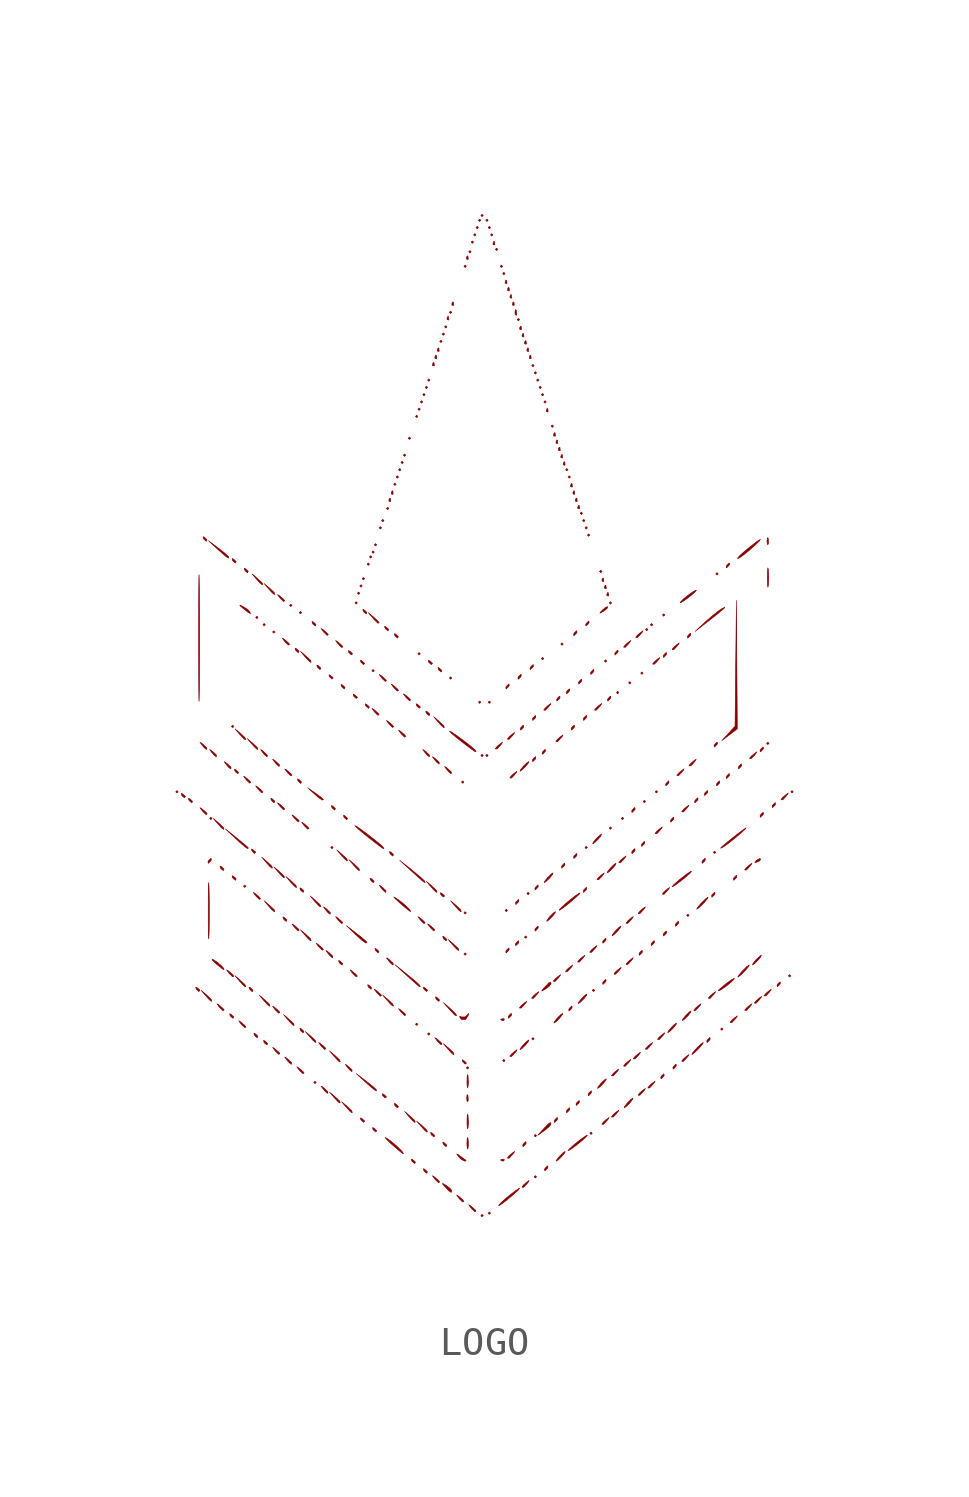
<source format=kicad_sym>
(kicad_symbol_lib
  (version 20220914)
  (generator "bitmap2component")
  (generator_version "9.0")
  (symbol "LOGO"
    (pin_names
      (offset 1.016))
    (property "Reference" "#G"
      (at 0 21.167 0)
      (effects (font (size 1.27 1.27)) hide))
    (symbol "LOGO_0_0"
      (polyline (pts (xy 0.169 -17.103) (xy 0.127 -17.06) (xy 0.085 -17.103) (xy 0.127 -17.145) (xy 0.169 -17.103)) (stroke (width 0.01) (type default)) (fill (type outline)))
      (polyline (pts (xy 0.423 -17.018) (xy 0.381 -16.976) (xy 0.339 -17.018) (xy 0.381 -17.06) (xy 0.423 -17.018)) (stroke (width 0.01) (type default)) (fill (type outline)))
      (polyline (pts (xy -0.085 -16.944) (xy -0.116 -16.9) (xy -0.233 -16.796) (xy -0.294 -16.748) (xy -0.338 -16.727) (xy -0.265 -16.827) (xy -0.238 -16.86) (xy -0.126 -16.969) (xy -0.085 -16.944)) (stroke (width 0.01) (type default)) (fill (type outline)))
      (polyline (pts (xy 0.845 -16.673) (xy 1.041 -16.52) (xy 1.223 -16.366) (xy 1.379 -16.224) (xy 1.439 -16.154) (xy 1.417 -16.155) (xy 1.304 -16.228) (xy 1.133 -16.358) (xy 0.948 -16.51) (xy 0.791 -16.652) (xy 0.704 -16.747) (xy 0.724 -16.754) (xy 0.845 -16.673)) (stroke (width 0.01) (type default)) (fill (type outline)))
      (polyline (pts (xy -0.508 -16.605) (xy -0.539 -16.561) (xy -0.656 -16.457) (xy -0.718 -16.41) (xy -0.761 -16.389) (xy -0.688 -16.489) (xy -0.662 -16.521) (xy -0.549 -16.63) (xy -0.508 -16.605)) (stroke (width 0.01) (type default)) (fill (type outline)))
      (polyline (pts (xy -0.931 -16.234) (xy -0.98 -16.162) (xy -1.122 -16.053) (xy -1.246 -15.979) (xy -1.258 -15.992) (xy -1.151 -16.117) (xy -1.038 -16.237) (xy -0.954 -16.293) (xy -0.931 -16.234)) (stroke (width 0.01) (type default)) (fill (type outline)))
      (polyline (pts (xy 1.704 -15.981) (xy 1.751 -15.919) (xy 1.772 -15.876) (xy 1.672 -15.949) (xy 1.582 -16.026) (xy 1.524 -16.097) (xy 1.525 -16.112) (xy 1.581 -16.112) (xy 1.704 -15.981)) (stroke (width 0.01) (type default)) (fill (type outline)))
      (polyline (pts (xy -1.355 -15.928) (xy -1.386 -15.884) (xy -1.503 -15.78) (xy -1.564 -15.732) (xy -1.608 -15.711) (xy -1.535 -15.811) (xy -1.508 -15.844) (xy -1.396 -15.953) (xy -1.355 -15.928)) (stroke (width 0.01) (type default)) (fill (type outline)))
      (polyline (pts (xy 2.032 -15.748) (xy 1.99 -15.706) (xy 1.947 -15.748) (xy 1.99 -15.79) (xy 2.032 -15.748)) (stroke (width 0.01) (type default)) (fill (type outline)))
      (polyline (pts (xy -1.804 -15.62) (xy -1.785 -15.571) (xy -1.876 -15.486) (xy -1.923 -15.465) (xy -1.913 -15.523) (xy -1.887 -15.561) (xy -1.815 -15.621) (xy -1.804 -15.62)) (stroke (width 0.01) (type default)) (fill (type outline)))
      (polyline (pts (xy 2.333 -15.532) (xy 2.413 -15.452) (xy 2.429 -15.422) (xy 2.423 -15.367) (xy 2.408 -15.371) (xy 2.328 -15.452) (xy 2.312 -15.482) (xy 2.318 -15.536) (xy 2.333 -15.532)) (stroke (width 0.01) (type default)) (fill (type outline)))
      (polyline (pts (xy -2.201 -15.245) (xy -2.209 -15.226) (xy -2.299 -15.147) (xy -2.346 -15.127) (xy -2.336 -15.184) (xy -2.325 -15.202) (xy -2.241 -15.28) (xy -2.201 -15.245)) (stroke (width 0.01) (type default)) (fill (type outline)))
      (polyline (pts (xy -0.458 -15.196) (xy -0.43 -15.174) (xy -0.492 -15.13) (xy -0.635 -15.025) (xy -0.72 -14.964) (xy -0.76 -14.95) (xy -0.688 -15.049) (xy -0.602 -15.138) (xy -0.483 -15.198) (xy -0.458 -15.196)) (stroke (width 0.01) (type default)) (fill (type outline)))
      (polyline (pts (xy 0.891 -15.191) (xy 0.903 -15.141) (xy 0.891 -15.131) (xy 0.79 -15.141) (xy 0.777 -15.167) (xy 0.847 -15.198) (xy 0.891 -15.191)) (stroke (width 0.01) (type default)) (fill (type outline)))
      (polyline (pts (xy 2.794 -15.153) (xy 2.921 -15.028) (xy 3.015 -14.912) (xy 3.032 -14.859) (xy 2.963 -14.903) (xy 2.836 -15.028) (xy 2.743 -15.145) (xy 2.725 -15.198) (xy 2.794 -15.153)) (stroke (width 0.01) (type default)) (fill (type outline)))
      (polyline (pts (xy 1.196 -14.965) (xy 1.243 -14.903) (xy 1.264 -14.86) (xy 1.164 -14.933) (xy 1.074 -15.01) (xy 1.016 -15.081) (xy 1.017 -15.096) (xy 1.073 -15.096) (xy 1.196 -14.965)) (stroke (width 0.01) (type default)) (fill (type outline)))
      (polyline (pts (xy -2.624 -14.925) (xy -2.695 -14.833) (xy -2.835 -14.694) (xy -3.008 -14.544) (xy -3.175 -14.418) (xy -3.185 -14.412) (xy -3.261 -14.374) (xy -3.214 -14.437) (xy -3.048 -14.595) (xy -2.871 -14.751) (xy -2.709 -14.887) (xy -2.633 -14.941) (xy -2.624 -14.925)) (stroke (width 0.01) (type default)) (fill (type outline)))
      (polyline (pts (xy -0.365 -14.754) (xy -0.35 -14.636) (xy -0.363 -14.415) (xy -0.374 -14.374) (xy -0.394 -14.399) (xy -0.402 -14.563) (xy -0.401 -14.652) (xy -0.388 -14.774) (xy -0.365 -14.754)) (stroke (width 0.01) (type default)) (fill (type outline)))
      (polyline (pts (xy 3.158 -14.827) (xy 3.281 -14.748) (xy 3.471 -14.605) (xy 3.594 -14.505) (xy 3.749 -14.366) (xy 3.81 -14.294) (xy 3.785 -14.298) (xy 3.662 -14.377) (xy 3.471 -14.52) (xy 3.348 -14.621) (xy 3.193 -14.759) (xy 3.133 -14.831) (xy 3.158 -14.827)) (stroke (width 0.01) (type default)) (fill (type outline)))
      (polyline (pts (xy -1.126 -14.689) (xy -1.107 -14.64) (xy -1.198 -14.555) (xy -1.246 -14.534) (xy -1.236 -14.592) (xy -1.21 -14.629) (xy -1.138 -14.69) (xy -1.126 -14.689)) (stroke (width 0.01) (type default)) (fill (type outline)))
      (polyline (pts (xy 1.571 -14.686) (xy 1.651 -14.605) (xy 1.667 -14.575) (xy 1.661 -14.52) (xy 1.646 -14.524) (xy 1.566 -14.605) (xy 1.55 -14.635) (xy 1.556 -14.69) (xy 1.571 -14.686)) (stroke (width 0.01) (type default)) (fill (type outline)))
      (polyline (pts (xy -1.55 -14.35) (xy -1.531 -14.301) (xy -1.622 -14.216) (xy -1.669 -14.195) (xy -1.659 -14.253) (xy -1.633 -14.291) (xy -1.561 -14.351) (xy -1.55 -14.35)) (stroke (width 0.01) (type default)) (fill (type outline)))
      (polyline (pts (xy 2.032 -14.309) (xy 1.99 -14.266) (xy 1.947 -14.309) (xy 1.99 -14.351) (xy 2.032 -14.309)) (stroke (width 0.01) (type default)) (fill (type outline)))
      (polyline (pts (xy 2.304 -14.133) (xy 2.32 -14.121) (xy 2.473 -13.994) (xy 2.537 -13.906) (xy 2.538 -13.898) (xy 2.518 -13.849) (xy 2.44 -13.901) (xy 2.28 -14.069) (xy 2.074 -14.295) (xy 2.304 -14.133)) (stroke (width 0.01) (type default)) (fill (type outline)))
      (polyline (pts (xy 3.979 -14.224) (xy 3.937 -14.182) (xy 3.895 -14.224) (xy 3.937 -14.266) (xy 3.979 -14.224)) (stroke (width 0.01) (type default)) (fill (type outline)))
      (polyline (pts (xy -3.556 -14.144) (xy -3.564 -14.125) (xy -3.654 -14.046) (xy -3.701 -14.026) (xy -3.691 -14.084) (xy -3.68 -14.101) (xy -3.596 -14.179) (xy -3.556 -14.144)) (stroke (width 0.01) (type default)) (fill (type outline)))
      (polyline (pts (xy -1.785 -14.177) (xy -1.808 -14.112) (xy -1.968 -13.962) (xy -2.159 -13.801) (xy -1.998 -13.991) (xy -1.876 -14.124) (xy -1.807 -14.182) (xy -1.785 -14.177)) (stroke (width 0.01) (type default)) (fill (type outline)))
      (polyline (pts (xy -0.364 -14.035) (xy -0.349 -13.862) (xy -0.363 -13.611) (xy -0.378 -13.552) (xy -0.393 -13.608) (xy -0.399 -13.801) (xy -0.396 -13.958) (xy -0.384 -14.069) (xy -0.364 -14.035)) (stroke (width 0.01) (type default)) (fill (type outline)))
      (polyline (pts (xy 4.498 -13.779) (xy 4.545 -13.718) (xy 4.566 -13.674) (xy 4.466 -13.748) (xy 4.376 -13.825) (xy 4.318 -13.896) (xy 4.319 -13.911) (xy 4.375 -13.911) (xy 4.498 -13.779)) (stroke (width 0.01) (type default)) (fill (type outline)))
      (polyline (pts (xy -3.979 -13.806) (xy -3.987 -13.787) (xy -4.077 -13.708) (xy -4.124 -13.687) (xy -4.114 -13.745) (xy -4.103 -13.762) (xy -4.019 -13.84) (xy -3.979 -13.806)) (stroke (width 0.01) (type default)) (fill (type outline)))
      (polyline (pts (xy -2.209 -13.839) (xy -2.232 -13.773) (xy -2.392 -13.623) (xy -2.582 -13.462) (xy -2.421 -13.652) (xy -2.3 -13.786) (xy -2.231 -13.843) (xy -2.209 -13.839)) (stroke (width 0.01) (type default)) (fill (type outline)))
      (polyline (pts (xy 2.672 -13.839) (xy 2.752 -13.758) (xy 2.767 -13.728) (xy 2.762 -13.674) (xy 2.747 -13.677) (xy 2.667 -13.758) (xy 2.651 -13.788) (xy 2.657 -13.843) (xy 2.672 -13.839)) (stroke (width 0.01) (type default)) (fill (type outline)))
      (polyline (pts (xy 4.837 -13.525) (xy 4.884 -13.464) (xy 4.905 -13.42) (xy 4.805 -13.493) (xy 4.715 -13.571) (xy 4.657 -13.642) (xy 4.658 -13.656) (xy 4.713 -13.657) (xy 4.837 -13.525)) (stroke (width 0.01) (type default)) (fill (type outline)))
      (polyline (pts (xy -4.41 -13.5) (xy -4.433 -13.435) (xy -4.593 -13.284) (xy -4.784 -13.123) (xy -4.622 -13.314) (xy -4.501 -13.447) (xy -4.432 -13.504) (xy -4.41 -13.5)) (stroke (width 0.01) (type default)) (fill (type outline)))
      (polyline (pts (xy 3.095 -13.5) (xy 3.175 -13.42) (xy 3.191 -13.39) (xy 3.185 -13.335) (xy 3.17 -13.339) (xy 3.09 -13.42) (xy 3.075 -13.45) (xy 3.08 -13.504) (xy 3.095 -13.5)) (stroke (width 0.01) (type default)) (fill (type outline)))
      (polyline (pts (xy -2.82 -13.334) (xy -2.801 -13.285) (xy -2.892 -13.2) (xy -2.939 -13.179) (xy -2.929 -13.237) (xy -2.903 -13.275) (xy -2.831 -13.335) (xy -2.82 -13.334)) (stroke (width 0.01) (type default)) (fill (type outline)))
      (polyline (pts (xy 5.164 -13.291) (xy 5.292 -13.166) (xy 5.385 -13.049) (xy 5.403 -12.996) (xy 5.334 -13.04) (xy 5.207 -13.166) (xy 5.113 -13.282) (xy 5.096 -13.335) (xy 5.164 -13.291)) (stroke (width 0.01) (type default)) (fill (type outline)))
      (polyline (pts (xy 3.434 -13.246) (xy 3.514 -13.166) (xy 3.529 -13.136) (xy 3.524 -13.081) (xy 3.509 -13.085) (xy 3.429 -13.166) (xy 3.413 -13.196) (xy 3.419 -13.25) (xy 3.434 -13.246)) (stroke (width 0.01) (type default)) (fill (type outline)))
      (polyline (pts (xy -4.833 -13.161) (xy -4.856 -13.096) (xy -5.016 -12.946) (xy -5.207 -12.785) (xy -5.046 -12.975) (xy -4.924 -13.108) (xy -4.855 -13.166) (xy -4.833 -13.161)) (stroke (width 0.01) (type default)) (fill (type outline)))
      (polyline (pts (xy -0.367 -13.102) (xy -0.356 -13.064) (xy -0.367 -12.89) (xy -0.397 -12.876) (xy -0.41 -12.996) (xy -0.398 -13.113) (xy -0.367 -13.102)) (stroke (width 0.01) (type default)) (fill (type outline)))
      (polyline (pts (xy -3.217 -12.959) (xy -3.225 -12.94) (xy -3.315 -12.861) (xy -3.362 -12.841) (xy -3.352 -12.899) (xy -3.341 -12.916) (xy -3.257 -12.994) (xy -3.217 -12.959)) (stroke (width 0.01) (type default)) (fill (type outline)))
      (polyline (pts (xy 3.857 -12.908) (xy 3.937 -12.827) (xy 3.953 -12.797) (xy 3.947 -12.742) (xy 3.932 -12.746) (xy 3.852 -12.827) (xy 3.837 -12.857) (xy 3.842 -12.912) (xy 3.857 -12.908)) (stroke (width 0.01) (type default)) (fill (type outline)))
      (polyline (pts (xy 5.768 -12.763) (xy 5.815 -12.702) (xy 5.836 -12.658) (xy 5.736 -12.732) (xy 5.646 -12.809) (xy 5.588 -12.88) (xy 5.589 -12.895) (xy 5.644 -12.895) (xy 5.768 -12.763)) (stroke (width 0.01) (type default)) (fill (type outline)))
      (polyline (pts (xy -5.266 -12.825) (xy -5.266 -12.77) (xy -5.397 -12.647) (xy -5.459 -12.6) (xy -5.503 -12.579) (xy -5.429 -12.679) (xy -5.352 -12.769) (xy -5.281 -12.827) (xy -5.266 -12.825)) (stroke (width 0.01) (type default)) (fill (type outline)))
      (polyline (pts (xy -3.568 -12.741) (xy -3.571 -12.701) (xy -3.681 -12.596) (xy -3.916 -12.412) (xy -4.276 -12.137) (xy -3.944 -12.44) (xy -3.814 -12.557) (xy -3.657 -12.69) (xy -3.584 -12.742) (xy -3.568 -12.741)) (stroke (width 0.01) (type default)) (fill (type outline)))
      (polyline (pts (xy -0.364 -12.594) (xy -0.35 -12.46) (xy -0.364 -12.213) (xy -0.377 -12.17) (xy -0.394 -12.22) (xy -0.4 -12.404) (xy -0.398 -12.528) (xy -0.385 -12.634) (xy -0.364 -12.594)) (stroke (width 0.01) (type default)) (fill (type outline)))
      (polyline (pts (xy 4.233 -12.614) (xy 4.36 -12.488) (xy 4.454 -12.372) (xy 4.471 -12.319) (xy 4.403 -12.363) (xy 4.276 -12.488) (xy 4.182 -12.605) (xy 4.165 -12.658) (xy 4.233 -12.614)) (stroke (width 0.01) (type default)) (fill (type outline)))
      (polyline (pts (xy 6.107 -12.509) (xy 6.154 -12.448) (xy 6.175 -12.404) (xy 6.075 -12.477) (xy 5.984 -12.555) (xy 5.927 -12.626) (xy 5.928 -12.64) (xy 5.983 -12.641) (xy 6.107 -12.509)) (stroke (width 0.01) (type default)) (fill (type outline)))
      (polyline (pts (xy -5.673 -12.446) (xy -5.715 -12.404) (xy -5.757 -12.446) (xy -5.715 -12.488) (xy -5.673 -12.446)) (stroke (width 0.01) (type default)) (fill (type outline)))
      (polyline (pts (xy 6.397 -12.315) (xy 6.477 -12.234) (xy 6.493 -12.204) (xy 6.487 -12.15) (xy 6.472 -12.153) (xy 6.392 -12.234) (xy 6.377 -12.264) (xy 6.382 -12.319) (xy 6.397 -12.315)) (stroke (width 0.01) (type default)) (fill (type outline)))
      (polyline (pts (xy 4.837 -12.086) (xy 4.884 -12.025) (xy 4.905 -11.981) (xy 4.805 -12.054) (xy 4.715 -12.132) (xy 4.657 -12.202) (xy 4.658 -12.217) (xy 4.713 -12.218) (xy 4.837 -12.086)) (stroke (width 0.01) (type default)) (fill (type outline)))
      (polyline (pts (xy -6.096 -12.118) (xy -6.127 -12.074) (xy -6.244 -11.97) (xy -6.306 -11.922) (xy -6.349 -11.901) (xy -6.276 -12.001) (xy -6.25 -12.034) (xy -6.137 -12.143) (xy -6.096 -12.118)) (stroke (width 0.01) (type default)) (fill (type outline)))
      (polyline (pts (xy -4.42 -12.063) (xy -4.419 -12.008) (xy -4.551 -11.885) (xy -4.612 -11.838) (xy -4.656 -11.816) (xy -4.583 -11.917) (xy -4.505 -12.007) (xy -4.435 -12.065) (xy -4.42 -12.063)) (stroke (width 0.01) (type default)) (fill (type outline)))
      (polyline (pts (xy -0.339 -11.938) (xy -0.381 -11.896) (xy -0.423 -11.938) (xy -0.381 -11.98) (xy -0.339 -11.938)) (stroke (width 0.01) (type default)) (fill (type outline)))
      (polyline (pts (xy 6.821 -11.976) (xy 6.9 -11.896) (xy 6.916 -11.866) (xy 6.91 -11.811) (xy 6.895 -11.815) (xy 6.816 -11.896) (xy 6.8 -11.926) (xy 6.806 -11.98) (xy 6.821 -11.976)) (stroke (width 0.01) (type default)) (fill (type outline)))
      (polyline (pts (xy 5.26 -11.747) (xy 5.307 -11.686) (xy 5.328 -11.642) (xy 5.228 -11.716) (xy 5.138 -11.793) (xy 5.08 -11.864) (xy 5.081 -11.879) (xy 5.136 -11.879) (xy 5.26 -11.747)) (stroke (width 0.01) (type default)) (fill (type outline)))
      (polyline (pts (xy -6.537 -11.809) (xy -6.536 -11.754) (xy -6.668 -11.631) (xy -6.729 -11.584) (xy -6.773 -11.562) (xy -6.699 -11.663) (xy -6.622 -11.753) (xy -6.551 -11.811) (xy -6.537 -11.809)) (stroke (width 0.01) (type default)) (fill (type outline)))
      (polyline (pts (xy -0.423 -11.774) (xy -0.431 -11.755) (xy -0.521 -11.676) (xy -0.568 -11.655) (xy -0.558 -11.713) (xy -0.547 -11.73) (xy -0.464 -11.808) (xy -0.423 -11.774)) (stroke (width 0.01) (type default)) (fill (type outline)))
      (polyline (pts (xy -4.833 -11.722) (xy -4.856 -11.657) (xy -5.016 -11.507) (xy -5.207 -11.345) (xy -5.046 -11.536) (xy -4.924 -11.669) (xy -4.855 -11.726) (xy -4.833 -11.722)) (stroke (width 0.01) (type default)) (fill (type outline)))
      (polyline (pts (xy 0.931 -11.684) (xy 0.889 -11.642) (xy 0.847 -11.684) (xy 0.889 -11.726) (xy 0.931 -11.684)) (stroke (width 0.01) (type default)) (fill (type outline)))
      (polyline (pts (xy 7.292 -11.578) (xy 7.339 -11.517) (xy 7.36 -11.473) (xy 7.26 -11.546) (xy 7.17 -11.624) (xy 7.112 -11.694) (xy 7.113 -11.709) (xy 7.168 -11.71) (xy 7.292 -11.578)) (stroke (width 0.01) (type default)) (fill (type outline)))
      (polyline (pts (xy 5.599 -11.493) (xy 5.646 -11.432) (xy 5.667 -11.388) (xy 5.567 -11.461) (xy 5.476 -11.539) (xy 5.419 -11.61) (xy 5.42 -11.624) (xy 5.475 -11.625) (xy 5.599 -11.493)) (stroke (width 0.01) (type default)) (fill (type outline)))
      (polyline (pts (xy 1.281 -11.409) (xy 1.328 -11.347) (xy 1.349 -11.304) (xy 1.249 -11.377) (xy 1.159 -11.454) (xy 1.101 -11.525) (xy 1.102 -11.54) (xy 1.157 -11.54) (xy 1.281 -11.409)) (stroke (width 0.01) (type default)) (fill (type outline)))
      (polyline (pts (xy -6.943 -11.44) (xy -6.974 -11.397) (xy -7.091 -11.292) (xy -7.152 -11.245) (xy -7.196 -11.224) (xy -7.123 -11.324) (xy -7.096 -11.357) (xy -6.984 -11.466) (xy -6.943 -11.44)) (stroke (width 0.01) (type default)) (fill (type outline)))
      (polyline (pts (xy -0.854 -11.468) (xy -0.877 -11.403) (xy -1.037 -11.252) (xy -1.228 -11.091) (xy -1.066 -11.282) (xy -0.945 -11.415) (xy -0.876 -11.472) (xy -0.854 -11.468)) (stroke (width 0.01) (type default)) (fill (type outline)))
      (polyline (pts (xy 7.469 -11.471) (xy 7.56 -11.403) (xy 7.705 -11.261) (xy 7.73 -11.233) (xy 7.839 -11.102) (xy 7.861 -11.049) (xy 7.856 -11.05) (xy 7.765 -11.118) (xy 7.62 -11.261) (xy 7.594 -11.288) (xy 7.485 -11.419) (xy 7.463 -11.472) (xy 7.469 -11.471)) (stroke (width 0.01) (type default)) (fill (type outline)))
      (polyline (pts (xy -5.334 -11.271) (xy -5.365 -11.227) (xy -5.482 -11.123) (xy -5.543 -11.075) (xy -5.587 -11.055) (xy -5.514 -11.155) (xy -5.488 -11.188) (xy -5.375 -11.296) (xy -5.334 -11.271)) (stroke (width 0.01) (type default)) (fill (type outline)))
      (polyline (pts (xy 1.524 -11.259) (xy 1.651 -11.134) (xy 1.745 -11.017) (xy 1.762 -10.964) (xy 1.694 -11.008) (xy 1.566 -11.134) (xy 1.473 -11.25) (xy 1.455 -11.303) (xy 1.524 -11.259)) (stroke (width 0.01) (type default)) (fill (type outline)))
      (polyline (pts (xy 6.022 -11.155) (xy 6.069 -11.093) (xy 6.09 -11.05) (xy 5.99 -11.123) (xy 5.9 -11.2) (xy 5.842 -11.271) (xy 5.843 -11.286) (xy 5.899 -11.286) (xy 6.022 -11.155)) (stroke (width 0.01) (type default)) (fill (type outline)))
      (polyline (pts (xy -7.391 -11.133) (xy -7.373 -11.084) (xy -7.464 -10.998) (xy -7.511 -10.978) (xy -7.501 -11.036) (xy -7.475 -11.073) (xy -7.403 -11.134) (xy -7.391 -11.133)) (stroke (width 0.01) (type default)) (fill (type outline)))
      (polyline (pts (xy -1.27 -11.102) (xy -1.301 -11.058) (xy -1.418 -10.954) (xy -1.48 -10.906) (xy -1.523 -10.885) (xy -1.45 -10.985) (xy -1.424 -11.018) (xy -1.311 -11.127) (xy -1.27 -11.102)) (stroke (width 0.01) (type default)) (fill (type outline)))
      (polyline (pts (xy -5.68 -11.045) (xy -5.703 -10.979) (xy -5.863 -10.829) (xy -6.054 -10.668) (xy -5.892 -10.858) (xy -5.771 -10.992) (xy -5.702 -11.049) (xy -5.68 -11.045)) (stroke (width 0.01) (type default)) (fill (type outline)))
      (polyline (pts (xy 8.006 -11.045) (xy 8.086 -10.964) (xy 8.101 -10.934) (xy 8.096 -10.88) (xy 8.081 -10.883) (xy 8.001 -10.964) (xy 7.985 -10.994) (xy 7.991 -11.049) (xy 8.006 -11.045)) (stroke (width 0.01) (type default)) (fill (type outline)))
      (polyline (pts (xy 1.947 -10.922) (xy 1.905 -10.88) (xy 1.863 -10.922) (xy 1.905 -10.964) (xy 1.947 -10.922)) (stroke (width 0.01) (type default)) (fill (type outline)))
      (polyline (pts (xy 6.445 -10.816) (xy 6.493 -10.755) (xy 6.514 -10.711) (xy 6.413 -10.784) (xy 6.323 -10.862) (xy 6.265 -10.932) (xy 6.267 -10.947) (xy 6.322 -10.948) (xy 6.445 -10.816)) (stroke (width 0.01) (type default)) (fill (type outline)))
      (polyline (pts (xy -7.73 -10.879) (xy -7.712 -10.83) (xy -7.802 -10.745) (xy -7.85 -10.724) (xy -7.84 -10.782) (xy -7.814 -10.819) (xy -7.742 -10.88) (xy -7.73 -10.879)) (stroke (width 0.01) (type default)) (fill (type outline)))
      (polyline (pts (xy -1.693 -10.753) (xy -1.736 -10.71) (xy -1.778 -10.753) (xy -1.736 -10.795) (xy -1.693 -10.753)) (stroke (width 0.01) (type default)) (fill (type outline)))
      (polyline (pts (xy -6.122 -10.709) (xy -6.103 -10.66) (xy -6.194 -10.575) (xy -6.241 -10.555) (xy -6.231 -10.613) (xy -6.205 -10.65) (xy -6.133 -10.71) (xy -6.122 -10.709)) (stroke (width 0.01) (type default)) (fill (type outline)))
      (polyline (pts (xy 6.688 -10.666) (xy 6.816 -10.541) (xy 6.909 -10.425) (xy 6.927 -10.372) (xy 6.858 -10.416) (xy 6.731 -10.541) (xy 6.637 -10.657) (xy 6.62 -10.71) (xy 6.688 -10.666)) (stroke (width 0.01) (type default)) (fill (type outline)))
      (polyline (pts (xy 8.551 -10.583) (xy 8.509 -10.541) (xy 8.467 -10.583) (xy 8.509 -10.626) (xy 8.551 -10.583)) (stroke (width 0.01) (type default)) (fill (type outline)))
      (polyline (pts (xy -8.128 -10.509) (xy -8.159 -10.465) (xy -8.276 -10.361) (xy -8.338 -10.313) (xy -8.381 -10.293) (xy -8.308 -10.393) (xy -8.282 -10.425) (xy -8.169 -10.534) (xy -8.128 -10.509)) (stroke (width 0.01) (type default)) (fill (type outline)))
      (polyline (pts (xy -6.442 -10.452) (xy -6.465 -10.387) (xy -6.625 -10.236) (xy -6.816 -10.075) (xy -6.654 -10.266) (xy -6.533 -10.399) (xy -6.464 -10.456) (xy -6.442 -10.452)) (stroke (width 0.01) (type default)) (fill (type outline)))
      (polyline (pts (xy -2.117 -10.414) (xy -2.159 -10.372) (xy -2.201 -10.414) (xy -2.159 -10.456) (xy -2.117 -10.414)) (stroke (width 0.01) (type default)) (fill (type outline)))
      (polyline (pts (xy 2.709 -10.328) (xy 2.836 -10.202) (xy 2.93 -10.086) (xy 2.947 -10.033) (xy 2.879 -10.077) (xy 2.752 -10.202) (xy 2.658 -10.319) (xy 2.641 -10.372) (xy 2.709 -10.328)) (stroke (width 0.01) (type default)) (fill (type outline)))
      (polyline (pts (xy 8.985 -10.223) (xy 9.033 -10.162) (xy 9.054 -10.118) (xy 8.954 -10.191) (xy 8.863 -10.269) (xy 8.805 -10.34) (xy 8.807 -10.354) (xy 8.862 -10.355) (xy 8.985 -10.223)) (stroke (width 0.01) (type default)) (fill (type outline)))
      (polyline (pts (xy -0.449 -10.245) (xy -0.359 -10.112) (xy -0.358 -10.109) (xy -0.347 -10.035) (xy -0.407 -10.107) (xy -0.462 -10.158) (xy -0.596 -10.158) (xy -0.655 -10.132) (xy -0.64 -10.194) (xy -0.575 -10.255) (xy -0.449 -10.245)) (stroke (width 0.01) (type default)) (fill (type outline)))
      (polyline (pts (xy 0.891 -10.281) (xy 0.903 -10.23) (xy 0.891 -10.22) (xy 0.79 -10.23) (xy 0.777 -10.256) (xy 0.847 -10.287) (xy 0.891 -10.281)) (stroke (width 0.01) (type default)) (fill (type outline)))
      (polyline (pts (xy 7.196 -10.243) (xy 7.324 -10.118) (xy 7.417 -10.001) (xy 7.435 -9.948) (xy 7.366 -9.992) (xy 7.239 -10.118) (xy 7.145 -10.234) (xy 7.128 -10.287) (xy 7.196 -10.243)) (stroke (width 0.01) (type default)) (fill (type outline)))
      (polyline (pts (xy -8.577 -10.201) (xy -8.558 -10.152) (xy -8.649 -10.067) (xy -8.696 -10.047) (xy -8.686 -10.104) (xy -8.66 -10.142) (xy -8.589 -10.202) (xy -8.577 -10.201)) (stroke (width 0.01) (type default)) (fill (type outline)))
      (polyline (pts (xy 1.063 -10.198) (xy 1.143 -10.118) (xy 1.159 -10.088) (xy 1.153 -10.033) (xy 1.138 -10.037) (xy 1.058 -10.118) (xy 1.042 -10.148) (xy 1.048 -10.202) (xy 1.063 -10.198)) (stroke (width 0.01) (type default)) (fill (type outline)))
      (polyline (pts (xy -2.54 -10.086) (xy -2.571 -10.042) (xy -2.688 -9.938) (xy -2.749 -9.89) (xy -2.793 -9.869) (xy -2.72 -9.969) (xy -2.694 -10.002) (xy -2.581 -10.111) (xy -2.54 -10.086)) (stroke (width 0.01) (type default)) (fill (type outline)))
      (polyline (pts (xy -0.763 -10.103) (xy -0.818 -10.023) (xy -0.995 -9.857) (xy -1.228 -9.652) (xy -1.022 -9.885) (xy -0.991 -9.921) (xy -0.858 -10.061) (xy -0.79 -10.118) (xy -0.763 -10.103)) (stroke (width 0.01) (type default)) (fill (type outline)))
      (polyline (pts (xy -6.943 -10.001) (xy -6.974 -9.957) (xy -7.091 -9.853) (xy -7.152 -9.806) (xy -7.196 -9.784) (xy -7.123 -9.885) (xy -7.096 -9.918) (xy -6.984 -10.026) (xy -6.943 -10.001)) (stroke (width 0.01) (type default)) (fill (type outline)))
      (polyline (pts (xy -8.89 -9.916) (xy -8.921 -9.873) (xy -9.038 -9.768) (xy -9.1 -9.721) (xy -9.143 -9.7) (xy -9.07 -9.8) (xy -9.044 -9.833) (xy -8.931 -9.942) (xy -8.89 -9.916)) (stroke (width 0.01) (type default)) (fill (type outline)))
      (polyline (pts (xy 3.18 -9.944) (xy 3.26 -9.864) (xy 3.275 -9.834) (xy 3.27 -9.779) (xy 3.255 -9.783) (xy 3.175 -9.864) (xy 3.159 -9.894) (xy 3.165 -9.948) (xy 3.18 -9.944)) (stroke (width 0.01) (type default)) (fill (type outline)))
      (polyline (pts (xy 7.715 -9.8) (xy 7.763 -9.739) (xy 7.784 -9.695) (xy 7.684 -9.768) (xy 7.593 -9.846) (xy 7.535 -9.916) (xy 7.537 -9.931) (xy 7.592 -9.932) (xy 7.715 -9.8)) (stroke (width 0.01) (type default)) (fill (type outline)))
      (polyline (pts (xy 9.493 -9.8) (xy 9.541 -9.739) (xy 9.562 -9.695) (xy 9.461 -9.768) (xy 9.371 -9.846) (xy 9.313 -9.916) (xy 9.315 -9.931) (xy 9.37 -9.932) (xy 9.493 -9.8)) (stroke (width 0.01) (type default)) (fill (type outline)))
      (polyline (pts (xy 1.619 -9.715) (xy 1.667 -9.654) (xy 1.688 -9.61) (xy 1.587 -9.684) (xy 1.497 -9.761) (xy 1.439 -9.832) (xy 1.441 -9.847) (xy 1.496 -9.847) (xy 1.619 -9.715)) (stroke (width 0.01) (type default)) (fill (type outline)))
      (polyline (pts (xy -7.289 -9.775) (xy -7.312 -9.709) (xy -7.472 -9.559) (xy -7.662 -9.398) (xy -7.501 -9.588) (xy -7.38 -9.722) (xy -7.311 -9.779) (xy -7.289 -9.775)) (stroke (width 0.01) (type default)) (fill (type outline)))
      (polyline (pts (xy -2.971 -9.775) (xy -2.994 -9.709) (xy -3.154 -9.559) (xy -3.344 -9.398) (xy -3.183 -9.588) (xy -3.062 -9.722) (xy -2.993 -9.779) (xy -2.971 -9.775)) (stroke (width 0.01) (type default)) (fill (type outline)))
      (polyline (pts (xy 3.556 -9.65) (xy 3.683 -9.525) (xy 3.777 -9.409) (xy 3.794 -9.356) (xy 3.725 -9.4) (xy 3.598 -9.525) (xy 3.505 -9.641) (xy 3.487 -9.694) (xy 3.556 -9.65)) (stroke (width 0.01) (type default)) (fill (type outline)))
      (polyline (pts (xy 9.832 -9.546) (xy 9.879 -9.485) (xy 9.9 -9.441) (xy 9.8 -9.514) (xy 9.71 -9.592) (xy 9.652 -9.662) (xy 9.653 -9.677) (xy 9.709 -9.678) (xy 9.832 -9.546)) (stroke (width 0.01) (type default)) (fill (type outline)))
      (polyline (pts (xy -9.321 -9.605) (xy -9.344 -9.54) (xy -9.504 -9.39) (xy -9.694 -9.229) (xy -9.533 -9.419) (xy -9.412 -9.553) (xy -9.343 -9.61) (xy -9.321 -9.605)) (stroke (width 0.01) (type default)) (fill (type outline)))
      (polyline (pts (xy -1.38 -9.609) (xy -1.361 -9.56) (xy -1.452 -9.475) (xy -1.5 -9.454) (xy -1.49 -9.512) (xy -1.464 -9.549) (xy -1.392 -9.61) (xy -1.38 -9.609)) (stroke (width 0.01) (type default)) (fill (type outline)))
      (polyline (pts (xy 2.043 -9.377) (xy 2.09 -9.315) (xy 2.111 -9.272) (xy 2.011 -9.345) (xy 1.921 -9.422) (xy 1.863 -9.493) (xy 1.864 -9.508) (xy 1.919 -9.508) (xy 2.043 -9.377)) (stroke (width 0.01) (type default)) (fill (type outline)))
      (polyline (pts (xy 8.223 -9.377) (xy 8.271 -9.315) (xy 8.292 -9.272) (xy 8.191 -9.345) (xy 8.101 -9.422) (xy 8.043 -9.493) (xy 8.045 -9.508) (xy 8.1 -9.508) (xy 8.223 -9.377)) (stroke (width 0.01) (type default)) (fill (type outline)))
      (polyline (pts (xy -3.387 -9.408) (xy -3.418 -9.365) (xy -3.535 -9.26) (xy -3.596 -9.213) (xy -3.64 -9.192) (xy -3.567 -9.292) (xy -3.54 -9.325) (xy -3.428 -9.434) (xy -3.387 -9.408)) (stroke (width 0.01) (type default)) (fill (type outline)))
      (polyline (pts (xy 10.171 -9.292) (xy 10.218 -9.231) (xy 10.239 -9.187) (xy 10.139 -9.26) (xy 10.049 -9.338) (xy 9.991 -9.408) (xy 9.992 -9.423) (xy 10.047 -9.424) (xy 10.171 -9.292)) (stroke (width 0.01) (type default)) (fill (type outline)))
      (polyline (pts (xy -9.737 -9.234) (xy -9.744 -9.214) (xy -9.834 -9.136) (xy -9.882 -9.115) (xy -9.872 -9.173) (xy -9.861 -9.19) (xy -9.777 -9.268) (xy -9.737 -9.234)) (stroke (width 0.01) (type default)) (fill (type outline)))
      (polyline (pts (xy -7.899 -9.27) (xy -7.881 -9.221) (xy -7.972 -9.136) (xy -8.019 -9.115) (xy -8.009 -9.173) (xy -7.983 -9.211) (xy -7.911 -9.271) (xy -7.899 -9.27)) (stroke (width 0.01) (type default)) (fill (type outline)))
      (polyline (pts (xy -1.778 -9.234) (xy -1.786 -9.214) (xy -1.876 -9.136) (xy -1.923 -9.115) (xy -1.913 -9.173) (xy -1.902 -9.19) (xy -1.818 -9.268) (xy -1.778 -9.234)) (stroke (width 0.01) (type default)) (fill (type outline)))
      (polyline (pts (xy 2.349 -9.178) (xy 2.476 -9.084) (xy 2.54 -8.997) (xy 2.528 -8.943) (xy 2.463 -8.966) (xy 2.32 -9.114) (xy 2.217 -9.233) (xy 2.22 -9.254) (xy 2.349 -9.178)) (stroke (width 0.01) (type default)) (fill (type outline)))
      (polyline (pts (xy 4.064 -9.229) (xy 4.022 -9.186) (xy 3.979 -9.229) (xy 4.022 -9.271) (xy 4.064 -9.229)) (stroke (width 0.01) (type default)) (fill (type outline)))
      (polyline (pts (xy 8.42 -9.241) (xy 8.543 -9.166) (xy 8.705 -9.048) (xy 8.855 -8.923) (xy 8.944 -8.828) (xy 8.945 -8.81) (xy 8.861 -8.85) (xy 8.693 -8.969) (xy 8.598 -9.044) (xy 8.443 -9.175) (xy 8.382 -9.244) (xy 8.42 -9.241)) (stroke (width 0.01) (type default)) (fill (type outline)))
      (polyline (pts (xy -3.751 -9.185) (xy -3.732 -9.136) (xy -3.823 -9.051) (xy -3.87 -9.031) (xy -3.86 -9.088) (xy -3.834 -9.126) (xy -3.763 -9.186) (xy -3.751 -9.185)) (stroke (width 0.01) (type default)) (fill (type outline)))
      (polyline (pts (xy -8.135 -9.097) (xy -8.159 -9.032) (xy -8.319 -8.882) (xy -8.509 -8.721) (xy -8.348 -8.911) (xy -8.226 -9.044) (xy -8.157 -9.102) (xy -8.135 -9.097)) (stroke (width 0.01) (type default)) (fill (type outline)))
      (polyline (pts (xy -2.033 -9.091) (xy -2.072 -9.031) (xy -2.215 -8.9) (xy -2.477 -8.685) (xy -2.921 -8.327) (xy -2.5 -8.714) (xy -2.498 -8.716) (xy -2.283 -8.911) (xy -2.125 -9.049) (xy -2.055 -9.102) (xy -2.033 -9.091)) (stroke (width 0.01) (type default)) (fill (type outline)))
      (polyline (pts (xy 10.461 -9.098) (xy 10.541 -9.017) (xy 10.557 -8.987) (xy 10.551 -8.932) (xy 10.536 -8.936) (xy 10.456 -9.017) (xy 10.441 -9.047) (xy 10.446 -9.102) (xy 10.461 -9.098)) (stroke (width 0.01) (type default)) (fill (type outline)))
      (polyline (pts (xy 4.365 -9.013) (xy 4.445 -8.932) (xy 4.461 -8.902) (xy 4.455 -8.848) (xy 4.44 -8.851) (xy 4.36 -8.932) (xy 4.345 -8.962) (xy 4.35 -9.017) (xy 4.365 -9.013)) (stroke (width 0.01) (type default)) (fill (type outline)))
      (polyline (pts (xy 2.805 -8.784) (xy 2.852 -8.723) (xy 2.873 -8.679) (xy 2.773 -8.752) (xy 2.683 -8.83) (xy 2.625 -8.9) (xy 2.626 -8.915) (xy 2.681 -8.916) (xy 2.805 -8.784)) (stroke (width 0.01) (type default)) (fill (type outline)))
      (polyline (pts (xy -8.551 -8.731) (xy -8.582 -8.687) (xy -8.7 -8.583) (xy -8.761 -8.536) (xy -8.805 -8.514) (xy -8.732 -8.615) (xy -8.705 -8.648) (xy -8.592 -8.756) (xy -8.551 -8.731)) (stroke (width 0.01) (type default)) (fill (type outline)))
      (polyline (pts (xy -4.233 -8.731) (xy -4.264 -8.687) (xy -4.381 -8.583) (xy -4.443 -8.536) (xy -4.487 -8.514) (xy -4.413 -8.615) (xy -4.387 -8.648) (xy -4.274 -8.756) (xy -4.233 -8.731)) (stroke (width 0.01) (type default)) (fill (type outline)))
      (polyline (pts (xy 9.077 -8.762) (xy 9.168 -8.694) (xy 9.313 -8.551) (xy 9.339 -8.524) (xy 9.448 -8.393) (xy 9.47 -8.34) (xy 9.465 -8.341) (xy 9.373 -8.409) (xy 9.229 -8.551) (xy 9.203 -8.579) (xy 9.094 -8.71) (xy 9.072 -8.763) (xy 9.077 -8.762)) (stroke (width 0.01) (type default)) (fill (type outline)))
      (polyline (pts (xy 10.922 -8.721) (xy 10.88 -8.678) (xy 10.837 -8.721) (xy 10.88 -8.763) (xy 10.922 -8.721)) (stroke (width 0.01) (type default)) (fill (type outline)))
      (polyline (pts (xy 4.921 -8.53) (xy 4.969 -8.469) (xy 4.99 -8.425) (xy 4.889 -8.498) (xy 4.799 -8.576) (xy 4.741 -8.646) (xy 4.743 -8.661) (xy 4.798 -8.662) (xy 4.921 -8.53)) (stroke (width 0.01) (type default)) (fill (type outline)))
      (polyline (pts (xy 3.228 -8.445) (xy 3.275 -8.384) (xy 3.296 -8.34) (xy 3.196 -8.414) (xy 3.106 -8.491) (xy 3.048 -8.562) (xy 3.049 -8.576) (xy 3.104 -8.577) (xy 3.228 -8.445)) (stroke (width 0.01) (type default)) (fill (type outline)))
      (polyline (pts (xy -8.904 -8.461) (xy -8.998 -8.359) (xy -9.133 -8.244) (xy -9.264 -8.158) (xy -9.309 -8.139) (xy -9.311 -8.169) (xy -9.186 -8.287) (xy -9.135 -8.33) (xy -8.979 -8.454) (xy -8.901 -8.506) (xy -8.896 -8.506) (xy -8.904 -8.461)) (stroke (width 0.01) (type default)) (fill (type outline)))
      (polyline (pts (xy -4.767 -8.339) (xy -4.748 -8.29) (xy -4.839 -8.204) (xy -4.886 -8.184) (xy -4.876 -8.242) (xy -4.85 -8.279) (xy -4.779 -8.34) (xy -4.767 -8.339)) (stroke (width 0.01) (type default)) (fill (type outline)))
      (polyline (pts (xy -2.981 -8.338) (xy -2.98 -8.283) (xy -3.111 -8.159) (xy -3.173 -8.112) (xy -3.217 -8.091) (xy -3.143 -8.191) (xy -3.066 -8.282) (xy -2.995 -8.34) (xy -2.981 -8.338)) (stroke (width 0.01) (type default)) (fill (type outline)))
      (polyline (pts (xy 5.345 -8.191) (xy 5.392 -8.13) (xy 5.413 -8.086) (xy 5.313 -8.159) (xy 5.223 -8.237) (xy 5.165 -8.308) (xy 5.166 -8.322) (xy 5.221 -8.323) (xy 5.345 -8.191)) (stroke (width 0.01) (type default)) (fill (type outline)))
      (polyline (pts (xy 9.652 -8.296) (xy 9.779 -8.17) (xy 9.873 -8.054) (xy 9.89 -8.001) (xy 9.822 -8.045) (xy 9.694 -8.17) (xy 9.601 -8.287) (xy 9.583 -8.34) (xy 9.652 -8.296)) (stroke (width 0.01) (type default)) (fill (type outline)))
      (polyline (pts (xy 3.651 -8.107) (xy 3.699 -8.045) (xy 3.72 -8.002) (xy 3.619 -8.075) (xy 3.529 -8.152) (xy 3.471 -8.223) (xy 3.473 -8.238) (xy 3.528 -8.238) (xy 3.651 -8.107)) (stroke (width 0.01) (type default)) (fill (type outline)))
      (polyline (pts (xy -5.097 -8.084) (xy -5.097 -8.029) (xy -5.228 -7.905) (xy -5.29 -7.858) (xy -5.333 -7.837) (xy -5.26 -7.937) (xy -5.183 -8.028) (xy -5.112 -8.086) (xy -5.097 -8.084)) (stroke (width 0.01) (type default)) (fill (type outline)))
      (polyline (pts (xy -9.428 -7.423) (xy -9.42 -7.264) (xy -9.416 -7.165) (xy -9.409 -6.675) (xy -9.41 -6.139) (xy -9.419 -5.656) (xy -9.422 -5.577) (xy -9.43 -5.46) (xy -9.437 -5.498) (xy -9.443 -5.68) (xy -9.446 -5.996) (xy -9.447 -6.435) (xy -9.447 -6.593) (xy -9.445 -6.997) (xy -9.441 -7.277) (xy -9.435 -7.423) (xy -9.428 -7.423)) (stroke (width 0.01) (type default)) (fill (type outline)))
      (polyline (pts (xy -0.423 -7.959) (xy -0.466 -7.916) (xy -0.508 -7.959) (xy -0.466 -8.001) (xy -0.423 -7.959)) (stroke (width 0.01) (type default)) (fill (type outline)))
      (polyline (pts (xy 5.635 -7.997) (xy 5.715 -7.916) (xy 5.731 -7.886) (xy 5.725 -7.832) (xy 5.71 -7.835) (xy 5.63 -7.916) (xy 5.614 -7.946) (xy 5.62 -8.001) (xy 5.635 -7.997)) (stroke (width 0.01) (type default)) (fill (type outline)))
      (polyline (pts (xy -3.497 -7.915) (xy -3.478 -7.866) (xy -3.569 -7.781) (xy -3.616 -7.761) (xy -3.606 -7.819) (xy -3.58 -7.856) (xy -3.509 -7.916) (xy -3.497 -7.915)) (stroke (width 0.01) (type default)) (fill (type outline)))
      (polyline (pts (xy 0.979 -7.912) (xy 1.058 -7.832) (xy 1.074 -7.802) (xy 1.068 -7.747) (xy 1.053 -7.751) (xy 0.974 -7.832) (xy 0.958 -7.862) (xy 0.964 -7.916) (xy 0.979 -7.912)) (stroke (width 0.01) (type default)) (fill (type outline)))
      (polyline (pts (xy 4.075 -7.768) (xy 4.122 -7.707) (xy 4.143 -7.663) (xy 4.043 -7.736) (xy 3.953 -7.814) (xy 3.895 -7.884) (xy 3.896 -7.899) (xy 3.951 -7.9) (xy 4.075 -7.768)) (stroke (width 0.01) (type default)) (fill (type outline)))
      (polyline (pts (xy -5.419 -7.8) (xy -5.45 -7.756) (xy -5.567 -7.652) (xy -5.628 -7.604) (xy -5.672 -7.583) (xy -5.599 -7.683) (xy -5.572 -7.716) (xy -5.46 -7.825) (xy -5.419 -7.8)) (stroke (width 0.01) (type default)) (fill (type outline)))
      (polyline (pts (xy -0.685 -7.827) (xy -0.708 -7.762) (xy -0.868 -7.612) (xy -1.058 -7.451) (xy -0.897 -7.641) (xy -0.776 -7.774) (xy -0.707 -7.832) (xy -0.685 -7.827)) (stroke (width 0.01) (type default)) (fill (type outline)))
      (polyline (pts (xy 1.317 -7.658) (xy 1.397 -7.578) (xy 1.413 -7.548) (xy 1.407 -7.493) (xy 1.392 -7.497) (xy 1.312 -7.578) (xy 1.296 -7.608) (xy 1.302 -7.662) (xy 1.317 -7.658)) (stroke (width 0.01) (type default)) (fill (type outline)))
      (polyline (pts (xy 6.059 -7.658) (xy 6.138 -7.578) (xy 6.154 -7.548) (xy 6.148 -7.493) (xy 6.133 -7.497) (xy 6.054 -7.578) (xy 6.038 -7.608) (xy 6.044 -7.662) (xy 6.059 -7.658)) (stroke (width 0.01) (type default)) (fill (type outline)))
      (polyline (pts (xy -3.895 -7.549) (xy -3.924 -7.516) (xy -4.054 -7.403) (xy -4.255 -7.245) (xy -4.614 -6.969) (xy -4.298 -7.273) (xy -4.292 -7.279) (xy -4.064 -7.487) (xy -3.935 -7.575) (xy -3.895 -7.549)) (stroke (width 0.01) (type default)) (fill (type outline)))
      (polyline (pts (xy 4.365 -7.574) (xy 4.445 -7.493) (xy 4.461 -7.463) (xy 4.455 -7.408) (xy 4.44 -7.412) (xy 4.36 -7.493) (xy 4.345 -7.523) (xy 4.35 -7.578) (xy 4.365 -7.574)) (stroke (width 0.01) (type default)) (fill (type outline)))
      (polyline (pts (xy -5.849 -7.489) (xy -5.872 -7.423) (xy -6.032 -7.273) (xy -6.223 -7.112) (xy -6.062 -7.302) (xy -5.94 -7.436) (xy -5.871 -7.493) (xy -5.849 -7.489)) (stroke (width 0.01) (type default)) (fill (type outline)))
      (polyline (pts (xy -1.126 -7.492) (xy -1.107 -7.443) (xy -1.198 -7.358) (xy -1.246 -7.337) (xy -1.236 -7.395) (xy -1.21 -7.433) (xy -1.138 -7.493) (xy -1.126 -7.492)) (stroke (width 0.01) (type default)) (fill (type outline)))
      (polyline (pts (xy 1.693 -7.366) (xy 1.651 -7.324) (xy 1.609 -7.366) (xy 1.651 -7.408) (xy 1.693 -7.366)) (stroke (width 0.01) (type default)) (fill (type outline)))
      (polyline (pts (xy 4.741 -7.279) (xy 4.868 -7.154) (xy 4.962 -7.038) (xy 4.979 -6.985) (xy 4.911 -7.029) (xy 4.784 -7.154) (xy 4.69 -7.271) (xy 4.673 -7.324) (xy 4.741 -7.279)) (stroke (width 0.01) (type default)) (fill (type outline)))
      (polyline (pts (xy 6.482 -7.32) (xy 6.562 -7.239) (xy 6.577 -7.209) (xy 6.572 -7.154) (xy 6.557 -7.158) (xy 6.477 -7.239) (xy 6.461 -7.269) (xy 6.467 -7.324) (xy 6.482 -7.32)) (stroke (width 0.01) (type default)) (fill (type outline)))
      (polyline (pts (xy -6.265 -7.122) (xy -6.296 -7.079) (xy -6.413 -6.974) (xy -6.475 -6.927) (xy -6.519 -6.906) (xy -6.446 -7.006) (xy -6.419 -7.039) (xy -6.306 -7.148) (xy -6.265 -7.122)) (stroke (width 0.01) (type default)) (fill (type outline)))
      (polyline (pts (xy -1.524 -7.122) (xy -1.555 -7.079) (xy -1.672 -6.974) (xy -1.734 -6.927) (xy -1.777 -6.906) (xy -1.704 -7.006) (xy -1.678 -7.039) (xy -1.565 -7.148) (xy -1.524 -7.122)) (stroke (width 0.01) (type default)) (fill (type outline)))
      (polyline (pts (xy 1.994 -7.15) (xy 2.074 -7.07) (xy 2.09 -7.04) (xy 2.084 -6.985) (xy 2.069 -6.989) (xy 1.99 -7.07) (xy 1.974 -7.1) (xy 1.98 -7.154) (xy 1.994 -7.15)) (stroke (width 0.01) (type default)) (fill (type outline)))
      (polyline (pts (xy 6.905 -6.981) (xy 6.985 -6.9) (xy 7.001 -6.87) (xy 6.995 -6.816) (xy 6.98 -6.819) (xy 6.9 -6.9) (xy 6.885 -6.93) (xy 6.89 -6.985) (xy 6.905 -6.981)) (stroke (width 0.01) (type default)) (fill (type outline)))
      (polyline (pts (xy -4.741 -6.868) (xy -4.772 -6.825) (xy -4.889 -6.72) (xy -4.951 -6.673) (xy -4.995 -6.652) (xy -4.921 -6.752) (xy -4.895 -6.785) (xy -4.782 -6.894) (xy -4.741 -6.868)) (stroke (width 0.01) (type default)) (fill (type outline)))
      (polyline (pts (xy -1.863 -6.868) (xy -1.894 -6.825) (xy -2.011 -6.72) (xy -2.072 -6.673) (xy -2.116 -6.652) (xy -2.043 -6.752) (xy -2.016 -6.785) (xy -1.904 -6.894) (xy -1.863 -6.868)) (stroke (width 0.01) (type default)) (fill (type outline)))
      (polyline (pts (xy 5.345 -6.752) (xy 5.392 -6.691) (xy 5.413 -6.647) (xy 5.313 -6.72) (xy 5.223 -6.798) (xy 5.165 -6.868) (xy 5.166 -6.883) (xy 5.221 -6.884) (xy 5.345 -6.752)) (stroke (width 0.01) (type default)) (fill (type outline)))
      (polyline (pts (xy -6.714 -6.815) (xy -6.696 -6.766) (xy -6.786 -6.681) (xy -6.834 -6.66) (xy -6.824 -6.718) (xy -6.798 -6.755) (xy -6.726 -6.816) (xy -6.714 -6.815)) (stroke (width 0.01) (type default)) (fill (type outline)))
      (polyline (pts (xy 2.455 -6.771) (xy 2.582 -6.646) (xy 2.676 -6.53) (xy 2.693 -6.477) (xy 2.625 -6.521) (xy 2.498 -6.646) (xy 2.404 -6.763) (xy 2.387 -6.816) (xy 2.455 -6.771)) (stroke (width 0.01) (type default)) (fill (type outline)))
      (polyline (pts (xy 7.366 -6.604) (xy 7.324 -6.562) (xy 7.281 -6.604) (xy 7.324 -6.646) (xy 7.366 -6.604)) (stroke (width 0.01) (type default)) (fill (type outline)))
      (polyline (pts (xy -5.182 -6.56) (xy -5.181 -6.505) (xy -5.313 -6.381) (xy -5.374 -6.334) (xy -5.418 -6.313) (xy -5.345 -6.413) (xy -5.267 -6.504) (xy -5.197 -6.562) (xy -5.182 -6.56)) (stroke (width 0.01) (type default)) (fill (type outline)))
      (polyline (pts (xy -0.423 -6.519) (xy -0.466 -6.477) (xy -0.508 -6.519) (xy -0.466 -6.562) (xy -0.423 -6.519)) (stroke (width 0.01) (type default)) (fill (type outline)))
      (polyline (pts (xy 5.768 -6.413) (xy 5.815 -6.352) (xy 5.836 -6.308) (xy 5.736 -6.381) (xy 5.646 -6.459) (xy 5.588 -6.53) (xy 5.589 -6.545) (xy 5.644 -6.545) (xy 5.768 -6.413)) (stroke (width 0.01) (type default)) (fill (type outline)))
      (polyline (pts (xy -7.119 -6.473) (xy -7.143 -6.407) (xy -7.303 -6.257) (xy -7.493 -6.096) (xy -7.332 -6.286) (xy -7.21 -6.42) (xy -7.141 -6.477) (xy -7.119 -6.473)) (stroke (width 0.01) (type default)) (fill (type outline)))
      (polyline (pts (xy -2.389 -6.425) (xy -2.494 -6.311) (xy -2.654 -6.171) (xy -2.829 -6.04) (xy -2.877 -6.009) (xy -2.96 -5.963) (xy -2.919 -6.014) (xy -2.752 -6.168) (xy -2.617 -6.287) (xy -2.457 -6.42) (xy -2.381 -6.474) (xy -2.376 -6.474) (xy -2.389 -6.425)) (stroke (width 0.01) (type default)) (fill (type outline)))
      (polyline (pts (xy -0.6 -6.473) (xy -0.623 -6.407) (xy -0.783 -6.257) (xy -0.974 -6.096) (xy -0.812 -6.286) (xy -0.691 -6.42) (xy -0.622 -6.477) (xy -0.6 -6.473)) (stroke (width 0.01) (type default)) (fill (type outline)))
      (polyline (pts (xy 1.016 -6.435) (xy 0.974 -6.392) (xy 0.931 -6.435) (xy 0.974 -6.477) (xy 1.016 -6.435)) (stroke (width 0.01) (type default)) (fill (type outline)))
      (polyline (pts (xy 2.962 -6.344) (xy 3.158 -6.19) (xy 3.339 -6.037) (xy 3.496 -5.895) (xy 3.556 -5.825) (xy 3.533 -5.826) (xy 3.421 -5.898) (xy 3.25 -6.028) (xy 3.065 -6.181) (xy 2.908 -6.322) (xy 2.82 -6.418) (xy 2.841 -6.425) (xy 2.962 -6.344)) (stroke (width 0.01) (type default)) (fill (type outline)))
      (polyline (pts (xy 7.638 -6.391) (xy 7.729 -6.323) (xy 7.874 -6.181) (xy 7.9 -6.153) (xy 8.008 -6.022) (xy 8.03 -5.969) (xy 8.025 -5.97) (xy 7.934 -6.038) (xy 7.789 -6.181) (xy 7.764 -6.208) (xy 7.655 -6.339) (xy 7.633 -6.392) (xy 7.638 -6.391)) (stroke (width 0.01) (type default)) (fill (type outline)))
      (polyline (pts (xy -5.511 -6.303) (xy -5.534 -6.238) (xy -5.694 -6.088) (xy -5.884 -5.927) (xy -5.723 -6.117) (xy -5.602 -6.25) (xy -5.533 -6.308) (xy -5.511 -6.303)) (stroke (width 0.01) (type default)) (fill (type outline)))
      (polyline (pts (xy 1.317 -6.219) (xy 1.397 -6.138) (xy 1.413 -6.108) (xy 1.407 -6.054) (xy 1.392 -6.057) (xy 1.312 -6.138) (xy 1.296 -6.168) (xy 1.302 -6.223) (xy 1.317 -6.219)) (stroke (width 0.01) (type default)) (fill (type outline)))
      (polyline (pts (xy -7.62 -6.022) (xy -7.651 -5.978) (xy -7.768 -5.873) (xy -7.83 -5.826) (xy -7.873 -5.805) (xy -7.8 -5.905) (xy -7.774 -5.938) (xy -7.661 -6.047) (xy -7.62 -6.022)) (stroke (width 0.01) (type default)) (fill (type outline)))
      (polyline (pts (xy -1.185 -5.932) (xy -1.193 -5.912) (xy -1.283 -5.834) (xy -1.33 -5.813) (xy -1.32 -5.871) (xy -1.309 -5.888) (xy -1.226 -5.966) (xy -1.185 -5.932)) (stroke (width 0.01) (type default)) (fill (type outline)))
      (polyline (pts (xy 8.175 -5.965) (xy 8.255 -5.884) (xy 8.271 -5.854) (xy 8.265 -5.8) (xy 8.25 -5.803) (xy 8.17 -5.884) (xy 8.155 -5.914) (xy 8.16 -5.969) (xy 8.175 -5.965)) (stroke (width 0.01) (type default)) (fill (type outline)))
      (polyline (pts (xy 1.778 -5.842) (xy 1.736 -5.8) (xy 1.693 -5.842) (xy 1.736 -5.884) (xy 1.778 -5.842)) (stroke (width 0.01) (type default)) (fill (type outline)))
      (polyline (pts (xy 6.615 -5.736) (xy 6.662 -5.675) (xy 6.683 -5.631) (xy 6.583 -5.704) (xy 6.492 -5.782) (xy 6.435 -5.852) (xy 6.436 -5.867) (xy 6.491 -5.868) (xy 6.615 -5.736)) (stroke (width 0.01) (type default)) (fill (type outline)))
      (polyline (pts (xy -6.122 -5.799) (xy -6.103 -5.75) (xy -6.194 -5.665) (xy -6.241 -5.644) (xy -6.231 -5.702) (xy -6.205 -5.739) (xy -6.133 -5.8) (xy -6.122 -5.799)) (stroke (width 0.01) (type default)) (fill (type outline)))
      (polyline (pts (xy -3.235 -5.798) (xy -3.234 -5.743) (xy -3.365 -5.62) (xy -3.427 -5.572) (xy -3.471 -5.551) (xy -3.397 -5.651) (xy -3.32 -5.742) (xy -3.249 -5.8) (xy -3.235 -5.798)) (stroke (width 0.01) (type default)) (fill (type outline)))
      (polyline (pts (xy -1.447 -5.795) (xy -1.47 -5.73) (xy -1.63 -5.58) (xy -1.82 -5.419) (xy -1.659 -5.609) (xy -1.538 -5.742) (xy -1.469 -5.8) (xy -1.447 -5.795)) (stroke (width 0.01) (type default)) (fill (type outline)))
      (polyline (pts (xy 3.688 -5.796) (xy 3.768 -5.715) (xy 3.783 -5.685) (xy 3.778 -5.63) (xy 3.763 -5.634) (xy 3.683 -5.715) (xy 3.667 -5.745) (xy 3.673 -5.8) (xy 3.688 -5.796)) (stroke (width 0.01) (type default)) (fill (type outline)))
      (polyline (pts (xy 1.994 -5.711) (xy 2.074 -5.63) (xy 2.09 -5.6) (xy 2.084 -5.546) (xy 2.069 -5.549) (xy 1.99 -5.63) (xy 1.974 -5.66) (xy 1.98 -5.715) (xy 1.994 -5.711)) (stroke (width 0.01) (type default)) (fill (type outline)))
      (polyline (pts (xy -8.128 -5.588) (xy -8.17 -5.546) (xy -8.213 -5.588) (xy -8.17 -5.63) (xy -8.128 -5.588)) (stroke (width 0.01) (type default)) (fill (type outline)))
      (polyline (pts (xy -6.357 -5.626) (xy -6.38 -5.561) (xy -6.54 -5.41) (xy -6.731 -5.249) (xy -6.57 -5.44) (xy -6.448 -5.573) (xy -6.379 -5.63) (xy -6.357 -5.626)) (stroke (width 0.01) (type default)) (fill (type outline)))
      (polyline (pts (xy 6.799 -5.598) (xy 6.921 -5.52) (xy 7.112 -5.376) (xy 7.235 -5.276) (xy 7.39 -5.138) (xy 7.451 -5.066) (xy 7.425 -5.07) (xy 7.303 -5.148) (xy 7.112 -5.292) (xy 6.989 -5.392) (xy 6.834 -5.53) (xy 6.773 -5.602) (xy 6.799 -5.598)) (stroke (width 0.01) (type default)) (fill (type outline)))
      (polyline (pts (xy -3.666 -5.46) (xy -3.647 -5.411) (xy -3.738 -5.326) (xy -3.786 -5.305) (xy -3.776 -5.363) (xy -3.75 -5.401) (xy -3.678 -5.461) (xy -3.666 -5.46)) (stroke (width 0.01) (type default)) (fill (type outline)))
      (polyline (pts (xy -1.864 -5.457) (xy -1.888 -5.4) (xy -2.033 -5.263) (xy -2.307 -5.037) (xy -2.752 -4.682) (xy -2.328 -5.07) (xy -2.325 -5.073) (xy -2.11 -5.267) (xy -1.952 -5.406) (xy -1.884 -5.459) (xy -1.864 -5.457)) (stroke (width 0.01) (type default)) (fill (type outline)))
      (polyline (pts (xy 2.37 -5.417) (xy 2.498 -5.292) (xy 2.591 -5.175) (xy 2.609 -5.122) (xy 2.54 -5.166) (xy 2.413 -5.292) (xy 2.319 -5.408) (xy 2.302 -5.461) (xy 2.37 -5.417)) (stroke (width 0.01) (type default)) (fill (type outline)))
      (polyline (pts (xy -8.492 -5.375) (xy -8.473 -5.326) (xy -8.564 -5.241) (xy -8.612 -5.221) (xy -8.602 -5.279) (xy -8.576 -5.316) (xy -8.504 -5.376) (xy -8.492 -5.375)) (stroke (width 0.01) (type default)) (fill (type outline)))
      (polyline (pts (xy 4.329 -5.228) (xy 4.376 -5.167) (xy 4.397 -5.123) (xy 4.297 -5.196) (xy 4.207 -5.274) (xy 4.149 -5.344) (xy 4.15 -5.359) (xy 4.205 -5.36) (xy 4.329 -5.228)) (stroke (width 0.01) (type default)) (fill (type outline)))
      (polyline (pts (xy 8.937 -5.372) (xy 9.017 -5.292) (xy 9.033 -5.262) (xy 9.027 -5.207) (xy 9.012 -5.211) (xy 8.932 -5.292) (xy 8.916 -5.322) (xy 8.922 -5.376) (xy 8.937 -5.372)) (stroke (width 0.01) (type default)) (fill (type outline)))
      (polyline (pts (xy -6.781 -5.287) (xy -6.804 -5.222) (xy -6.964 -5.072) (xy -7.154 -4.911) (xy -6.993 -5.101) (xy -6.872 -5.234) (xy -6.803 -5.292) (xy -6.781 -5.287)) (stroke (width 0.01) (type default)) (fill (type outline)))
      (polyline (pts (xy 4.572 -5.078) (xy 4.699 -4.953) (xy 4.793 -4.837) (xy 4.81 -4.784) (xy 4.742 -4.828) (xy 4.614 -4.953) (xy 4.521 -5.069) (xy 4.503 -5.122) (xy 4.572 -5.078)) (stroke (width 0.01) (type default)) (fill (type outline)))
      (polyline (pts (xy -8.915 -5.037) (xy -8.897 -4.988) (xy -8.988 -4.902) (xy -9.035 -4.882) (xy -9.025 -4.94) (xy -8.999 -4.977) (xy -8.927 -5.038) (xy -8.915 -5.037)) (stroke (width 0.01) (type default)) (fill (type outline)))
      (polyline (pts (xy -4.156 -5.033) (xy -4.179 -4.968) (xy -4.339 -4.818) (xy -4.53 -4.657) (xy -4.368 -4.847) (xy -4.247 -4.981) (xy -4.178 -5.038) (xy -4.156 -5.033)) (stroke (width 0.01) (type default)) (fill (type outline)))
      (polyline (pts (xy 9.493 -4.889) (xy 9.541 -4.828) (xy 9.562 -4.784) (xy 9.461 -4.857) (xy 9.371 -4.935) (xy 9.313 -5.006) (xy 9.315 -5.021) (xy 9.37 -5.021) (xy 9.493 -4.889)) (stroke (width 0.01) (type default)) (fill (type outline)))
      (polyline (pts (xy -7.204 -4.949) (xy -7.227 -4.883) (xy -7.387 -4.733) (xy -7.578 -4.572) (xy -7.416 -4.762) (xy -7.295 -4.896) (xy -7.226 -4.953) (xy -7.204 -4.949)) (stroke (width 0.01) (type default)) (fill (type outline)))
      (polyline (pts (xy 2.926 -4.949) (xy 3.006 -4.868) (xy 3.021 -4.838) (xy 3.016 -4.784) (xy 3.001 -4.787) (xy 2.921 -4.868) (xy 2.905 -4.898) (xy 2.911 -4.953) (xy 2.926 -4.949)) (stroke (width 0.01) (type default)) (fill (type outline)))
      (polyline (pts (xy -9.435 -4.78) (xy -9.356 -4.699) (xy -9.34 -4.669) (xy -9.346 -4.614) (xy -9.361 -4.618) (xy -9.44 -4.699) (xy -9.456 -4.729) (xy -9.45 -4.784) (xy -9.435 -4.78)) (stroke (width 0.01) (type default)) (fill (type outline)))
      (polyline (pts (xy 5.091 -4.635) (xy 5.138 -4.574) (xy 5.159 -4.53) (xy 5.059 -4.604) (xy 4.968 -4.681) (xy 4.911 -4.752) (xy 4.912 -4.766) (xy 4.967 -4.767) (xy 5.091 -4.635)) (stroke (width 0.01) (type default)) (fill (type outline)))
      (polyline (pts (xy 7.837 -4.78) (xy 7.916 -4.699) (xy 7.932 -4.669) (xy 7.926 -4.614) (xy 7.911 -4.618) (xy 7.832 -4.699) (xy 7.816 -4.729) (xy 7.822 -4.784) (xy 7.837 -4.78)) (stroke (width 0.01) (type default)) (fill (type outline)))
      (polyline (pts (xy 9.761 -4.736) (xy 9.841 -4.694) (xy 9.866 -4.631) (xy 9.825 -4.622) (xy 9.714 -4.688) (xy 9.703 -4.7) (xy 9.663 -4.762) (xy 9.761 -4.736)) (stroke (width 0.01) (type default)) (fill (type outline)))
      (polyline (pts (xy -4.579 -4.695) (xy -4.603 -4.629) (xy -4.763 -4.479) (xy -4.953 -4.318) (xy -4.792 -4.508) (xy -4.67 -4.642) (xy -4.601 -4.699) (xy -4.579 -4.695)) (stroke (width 0.01) (type default)) (fill (type outline)))
      (polyline (pts (xy 3.349 -4.61) (xy 3.429 -4.53) (xy 3.445 -4.5) (xy 3.439 -4.445) (xy 3.424 -4.449) (xy 3.344 -4.53) (xy 3.329 -4.56) (xy 3.334 -4.614) (xy 3.349 -4.61)) (stroke (width 0.01) (type default)) (fill (type outline)))
      (polyline (pts (xy -2.989 -4.529) (xy -2.97 -4.48) (xy -3.061 -4.394) (xy -3.108 -4.374) (xy -3.098 -4.432) (xy -3.072 -4.469) (xy -3.001 -4.53) (xy -2.989 -4.529)) (stroke (width 0.01) (type default)) (fill (type outline)))
      (polyline (pts (xy -7.789 -4.408) (xy -7.797 -4.388) (xy -7.887 -4.31) (xy -7.934 -4.289) (xy -7.924 -4.347) (xy -7.913 -4.364) (xy -7.83 -4.442) (xy -7.789 -4.408)) (stroke (width 0.01) (type default)) (fill (type outline)))
      (polyline (pts (xy 5.381 -4.441) (xy 5.461 -4.36) (xy 5.477 -4.33) (xy 5.471 -4.276) (xy 5.456 -4.279) (xy 5.376 -4.36) (xy 5.361 -4.39) (xy 5.366 -4.445) (xy 5.381 -4.441)) (stroke (width 0.01) (type default)) (fill (type outline)))
      (polyline (pts (xy 8.297 -4.403) (xy 8.255 -4.36) (xy 8.213 -4.403) (xy 8.255 -4.445) (xy 8.297 -4.403)) (stroke (width 0.01) (type default)) (fill (type outline)))
      (polyline (pts (xy -8.043 -4.251) (xy -8.088 -4.204) (xy -8.234 -4.078) (xy -8.445 -3.906) (xy -8.848 -3.585) (xy -8.477 -3.93) (xy -8.339 -4.058) (xy -8.161 -4.213) (xy -8.069 -4.272) (xy -8.043 -4.251)) (stroke (width 0.01) (type default)) (fill (type outline)))
      (polyline (pts (xy -5.08 -4.233) (xy -5.122 -4.191) (xy -5.165 -4.233) (xy -5.122 -4.276) (xy -5.08 -4.233)) (stroke (width 0.01) (type default)) (fill (type outline)))
      (polyline (pts (xy -3.303 -4.259) (xy -3.362 -4.188) (xy -3.526 -4.048) (xy -3.81 -3.824) (xy -3.866 -3.781) (xy -4.096 -3.609) (xy -4.257 -3.498) (xy -4.318 -3.47) (xy -4.317 -3.474) (xy -4.241 -3.553) (xy -4.067 -3.703) (xy -3.831 -3.893) (xy -3.797 -3.92) (xy -3.565 -4.1) (xy -3.395 -4.227) (xy -3.323 -4.276) (xy -3.303 -4.259)) (stroke (width 0.01) (type default)) (fill (type outline)))
      (polyline (pts (xy 3.81 -4.233) (xy 3.768 -4.191) (xy 3.725 -4.233) (xy 3.768 -4.276) (xy 3.81 -4.233)) (stroke (width 0.01) (type default)) (fill (type outline)))
      (polyline (pts (xy 8.605 -4.186) (xy 8.797 -4.044) (xy 9.03 -3.854) (xy 9.271 -3.643) (xy 9.342 -3.575) (xy 9.354 -3.548) (xy 9.249 -3.618) (xy 9.038 -3.777) (xy 8.933 -3.86) (xy 8.695 -4.051) (xy 8.529 -4.191) (xy 8.467 -4.254) (xy 8.488 -4.257) (xy 8.605 -4.186)) (stroke (width 0.01) (type default)) (fill (type outline)))
      (polyline (pts (xy 5.72 -4.187) (xy 5.8 -4.106) (xy 5.815 -4.076) (xy 5.81 -4.022) (xy 5.795 -4.025) (xy 5.715 -4.106) (xy 5.699 -4.136) (xy 5.705 -4.191) (xy 5.72 -4.187)) (stroke (width 0.01) (type default)) (fill (type outline)))
      (polyline (pts (xy 4.064 -4.062) (xy 4.191 -3.937) (xy 4.285 -3.821) (xy 4.302 -3.768) (xy 4.234 -3.812) (xy 4.106 -3.937) (xy 4.013 -4.053) (xy 3.995 -4.106) (xy 4.064 -4.062)) (stroke (width 0.01) (type default)) (fill (type outline)))
      (polyline (pts (xy 6.361 -3.619) (xy 6.408 -3.558) (xy 6.429 -3.514) (xy 6.329 -3.587) (xy 6.239 -3.665) (xy 6.181 -3.736) (xy 6.182 -3.751) (xy 6.237 -3.751) (xy 6.361 -3.619)) (stroke (width 0.01) (type default)) (fill (type outline)))
      (polyline (pts (xy -8.897 -3.594) (xy -8.921 -3.529) (xy -9.081 -3.378) (xy -9.271 -3.217) (xy -9.11 -3.408) (xy -8.988 -3.541) (xy -8.919 -3.598) (xy -8.897 -3.594)) (stroke (width 0.01) (type default)) (fill (type outline)))
      (polyline (pts (xy -5.927 -3.566) (xy -5.958 -3.523) (xy -6.075 -3.418) (xy -6.136 -3.371) (xy -6.18 -3.35) (xy -6.107 -3.45) (xy -6.08 -3.483) (xy -5.968 -3.592) (xy -5.927 -3.566)) (stroke (width 0.01) (type default)) (fill (type outline)))
      (polyline (pts (xy 4.657 -3.556) (xy 4.614 -3.514) (xy 4.572 -3.556) (xy 4.614 -3.598) (xy 4.657 -3.556)) (stroke (width 0.01) (type default)) (fill (type outline)))
      (polyline (pts (xy -6.265 -3.312) (xy -6.296 -3.269) (xy -6.413 -3.164) (xy -6.475 -3.117) (xy -6.519 -3.096) (xy -6.446 -3.196) (xy -6.419 -3.229) (xy -6.306 -3.338) (xy -6.265 -3.312)) (stroke (width 0.01) (type default)) (fill (type outline)))
      (polyline (pts (xy 6.736 -3.34) (xy 6.816 -3.26) (xy 6.831 -3.23) (xy 6.826 -3.175) (xy 6.811 -3.179) (xy 6.731 -3.26) (xy 6.715 -3.29) (xy 6.721 -3.344) (xy 6.736 -3.34)) (stroke (width 0.01) (type default)) (fill (type outline)))
      (polyline (pts (xy -9.313 -3.217) (xy -9.356 -3.175) (xy -9.398 -3.217) (xy -9.356 -3.26) (xy -9.313 -3.217)) (stroke (width 0.01) (type default)) (fill (type outline)))
      (polyline (pts (xy -4.598 -3.259) (xy -4.579 -3.21) (xy -4.67 -3.124) (xy -4.717 -3.104) (xy -4.707 -3.162) (xy -4.681 -3.199) (xy -4.609 -3.26) (xy -4.598 -3.259)) (stroke (width 0.01) (type default)) (fill (type outline)))
      (polyline (pts (xy 5.08 -3.217) (xy 5.038 -3.175) (xy 4.995 -3.217) (xy 5.038 -3.26) (xy 5.08 -3.217)) (stroke (width 0.01) (type default)) (fill (type outline)))
      (polyline (pts (xy 9.868 -3.171) (xy 9.948 -3.09) (xy 9.964 -3.06) (xy 9.958 -3.006) (xy 9.943 -3.009) (xy 9.864 -3.09) (xy 9.848 -3.12) (xy 9.854 -3.175) (xy 9.868 -3.171)) (stroke (width 0.01) (type default)) (fill (type outline)))
      (polyline (pts (xy -9.483 -3.058) (xy -9.514 -3.015) (xy -9.631 -2.91) (xy -9.692 -2.863) (xy -9.736 -2.842) (xy -9.663 -2.942) (xy -9.636 -2.975) (xy -9.524 -3.084) (xy -9.483 -3.058)) (stroke (width 0.01) (type default)) (fill (type outline)))
      (polyline (pts (xy 5.381 -3.002) (xy 5.461 -2.921) (xy 5.477 -2.891) (xy 5.471 -2.836) (xy 5.456 -2.84) (xy 5.376 -2.921) (xy 5.361 -2.951) (xy 5.366 -3.006) (xy 5.381 -3.002)) (stroke (width 0.01) (type default)) (fill (type outline)))
      (polyline (pts (xy 7.292 -2.857) (xy 7.339 -2.796) (xy 7.36 -2.752) (xy 7.26 -2.825) (xy 7.17 -2.903) (xy 7.112 -2.974) (xy 7.113 -2.989) (xy 7.168 -2.989) (xy 7.292 -2.857)) (stroke (width 0.01) (type default)) (fill (type outline)))
      (polyline (pts (xy -6.773 -2.889) (xy -6.804 -2.845) (xy -6.921 -2.741) (xy -6.983 -2.693) (xy -7.027 -2.672) (xy -6.954 -2.773) (xy -6.927 -2.805) (xy -6.814 -2.914) (xy -6.773 -2.889)) (stroke (width 0.01) (type default)) (fill (type outline)))
      (polyline (pts (xy -5.021 -2.92) (xy -5.002 -2.871) (xy -5.093 -2.786) (xy -5.14 -2.765) (xy -5.13 -2.823) (xy -5.104 -2.861) (xy -5.033 -2.921) (xy -5.021 -2.92)) (stroke (width 0.01) (type default)) (fill (type outline)))
      (polyline (pts (xy 10.292 -2.832) (xy 10.372 -2.752) (xy 10.387 -2.722) (xy 10.382 -2.667) (xy 10.367 -2.671) (xy 10.287 -2.752) (xy 10.271 -2.782) (xy 10.277 -2.836) (xy 10.292 -2.832)) (stroke (width 0.01) (type default)) (fill (type outline)))
      (polyline (pts (xy -10.016 -2.666) (xy -9.998 -2.617) (xy -10.088 -2.532) (xy -10.136 -2.511) (xy -10.126 -2.569) (xy -10.1 -2.607) (xy -10.028 -2.667) (xy -10.016 -2.666)) (stroke (width 0.01) (type default)) (fill (type outline)))
      (polyline (pts (xy -7.138 -2.666) (xy -7.119 -2.617) (xy -7.21 -2.532) (xy -7.257 -2.511) (xy -7.247 -2.569) (xy -7.221 -2.607) (xy -7.149 -2.667) (xy -7.138 -2.666)) (stroke (width 0.01) (type default)) (fill (type outline)))
      (polyline (pts (xy 5.842 -2.625) (xy 5.8 -2.582) (xy 5.757 -2.625) (xy 5.8 -2.667) (xy 5.842 -2.625)) (stroke (width 0.01) (type default)) (fill (type outline)))
      (polyline (pts (xy 7.582 -2.663) (xy 7.662 -2.582) (xy 7.678 -2.552) (xy 7.672 -2.498) (xy 7.657 -2.501) (xy 7.578 -2.582) (xy 7.562 -2.612) (xy 7.568 -2.667) (xy 7.582 -2.663)) (stroke (width 0.01) (type default)) (fill (type outline)))
      (polyline (pts (xy -5.419 -2.556) (xy -5.425 -2.546) (xy -5.52 -2.465) (xy -5.694 -2.338) (xy -5.969 -2.147) (xy -5.731 -2.364) (xy -5.599 -2.481) (xy -5.462 -2.577) (xy -5.419 -2.556)) (stroke (width 0.01) (type default)) (fill (type outline)))
      (polyline (pts (xy 10.763 -2.434) (xy 10.811 -2.373) (xy 10.832 -2.329) (xy 10.732 -2.402) (xy 10.641 -2.48) (xy 10.583 -2.55) (xy 10.585 -2.565) (xy 10.64 -2.566) (xy 10.763 -2.434)) (stroke (width 0.01) (type default)) (fill (type outline)))
      (polyline (pts (xy -10.245 -2.46) (xy -10.252 -2.441) (xy -10.342 -2.362) (xy -10.39 -2.342) (xy -10.38 -2.4) (xy -10.368 -2.417) (xy -10.285 -2.495) (xy -10.245 -2.46)) (stroke (width 0.01) (type default)) (fill (type outline)))
      (polyline (pts (xy 7.921 -2.409) (xy 8.001 -2.328) (xy 8.017 -2.298) (xy 8.011 -2.244) (xy 7.996 -2.247) (xy 7.916 -2.328) (xy 7.901 -2.358) (xy 7.906 -2.413) (xy 7.921 -2.409)) (stroke (width 0.01) (type default)) (fill (type outline)))
      (polyline (pts (xy -10.499 -2.286) (xy -10.541 -2.244) (xy -10.583 -2.286) (xy -10.541 -2.328) (xy -10.499 -2.286)) (stroke (width 0.01) (type default)) (fill (type outline)))
      (polyline (pts (xy -7.535 -2.296) (xy -7.566 -2.253) (xy -7.684 -2.148) (xy -7.745 -2.101) (xy -7.789 -2.08) (xy -7.715 -2.18) (xy -7.689 -2.213) (xy -7.577 -2.322) (xy -7.535 -2.296)) (stroke (width 0.01) (type default)) (fill (type outline)))
      (polyline (pts (xy 6.265 -2.286) (xy 6.223 -2.244) (xy 6.181 -2.286) (xy 6.223 -2.328) (xy 6.265 -2.286)) (stroke (width 0.01) (type default)) (fill (type outline)))
      (polyline (pts (xy 11.007 -2.286) (xy 10.964 -2.244) (xy 10.922 -2.286) (xy 10.964 -2.328) (xy 11.007 -2.286)) (stroke (width 0.01) (type default)) (fill (type outline)))
      (polyline (pts (xy 6.566 -2.07) (xy 6.646 -1.99) (xy 6.662 -1.96) (xy 6.656 -1.905) (xy 6.641 -1.909) (xy 6.562 -1.99) (xy 6.546 -2.02) (xy 6.552 -2.074) (xy 6.566 -2.07)) (stroke (width 0.01) (type default)) (fill (type outline)))
      (polyline (pts (xy 8.345 -2.07) (xy 8.424 -1.99) (xy 8.44 -1.96) (xy 8.434 -1.905) (xy 8.419 -1.909) (xy 8.34 -1.99) (xy 8.324 -2.02) (xy 8.33 -2.074) (xy 8.345 -2.07)) (stroke (width 0.01) (type default)) (fill (type outline)))
      (polyline (pts (xy -7.959 -1.958) (xy -7.99 -1.914) (xy -8.107 -1.81) (xy -8.168 -1.762) (xy -8.212 -1.741) (xy -8.139 -1.841) (xy -8.112 -1.874) (xy -8 -1.983) (xy -7.959 -1.958)) (stroke (width 0.01) (type default)) (fill (type outline)))
      (polyline (pts (xy -6.206 -1.989) (xy -6.188 -1.94) (xy -6.278 -1.855) (xy -6.326 -1.834) (xy -6.316 -1.892) (xy -6.29 -1.929) (xy -6.218 -1.99) (xy -6.206 -1.989)) (stroke (width 0.01) (type default)) (fill (type outline)))
      (polyline (pts (xy -0.508 -1.947) (xy -0.55 -1.905) (xy -0.593 -1.947) (xy -0.55 -1.99) (xy -0.508 -1.947)) (stroke (width 0.01) (type default)) (fill (type outline)))
      (polyline (pts (xy 1.281 -1.672) (xy 1.328 -1.611) (xy 1.349 -1.567) (xy 1.249 -1.64) (xy 1.159 -1.718) (xy 1.101 -1.788) (xy 1.102 -1.803) (xy 1.157 -1.804) (xy 1.281 -1.672)) (stroke (width 0.01) (type default)) (fill (type outline)))
      (polyline (pts (xy 8.683 -1.816) (xy 8.763 -1.736) (xy 8.779 -1.706) (xy 8.773 -1.651) (xy 8.758 -1.655) (xy 8.678 -1.736) (xy 8.662 -1.766) (xy 8.668 -1.82) (xy 8.683 -1.816)) (stroke (width 0.01) (type default)) (fill (type outline)))
      (polyline (pts (xy -6.519 -1.704) (xy -6.55 -1.66) (xy -6.668 -1.556) (xy -6.729 -1.508) (xy -6.773 -1.487) (xy -6.699 -1.587) (xy -6.673 -1.62) (xy -6.561 -1.729) (xy -6.519 -1.704)) (stroke (width 0.01) (type default)) (fill (type outline)))
      (polyline (pts (xy 7.123 -1.587) (xy 7.17 -1.526) (xy 7.191 -1.482) (xy 7.091 -1.556) (xy 7 -1.633) (xy 6.943 -1.704) (xy 6.944 -1.718) (xy 6.999 -1.719) (xy 7.123 -1.587)) (stroke (width 0.01) (type default)) (fill (type outline)))
      (polyline (pts (xy -8.408 -1.65) (xy -8.389 -1.601) (xy -8.48 -1.516) (xy -8.527 -1.495) (xy -8.517 -1.553) (xy -8.491 -1.591) (xy -8.419 -1.651) (xy -8.408 -1.65)) (stroke (width 0.01) (type default)) (fill (type outline)))
      (polyline (pts (xy -0.949 -1.649) (xy -0.948 -1.594) (xy -1.079 -1.471) (xy -1.141 -1.423) (xy -1.185 -1.403) (xy -1.111 -1.503) (xy -1.034 -1.593) (xy -0.963 -1.651) (xy -0.949 -1.649)) (stroke (width 0.01) (type default)) (fill (type outline)))
      (polyline (pts (xy 1.524 -1.522) (xy 1.651 -1.397) (xy 1.745 -1.28) (xy 1.762 -1.228) (xy 1.694 -1.272) (xy 1.566 -1.397) (xy 1.473 -1.513) (xy 1.455 -1.566) (xy 1.524 -1.522)) (stroke (width 0.01) (type default)) (fill (type outline)))
      (polyline (pts (xy -8.653 -1.48) (xy -8.653 -1.425) (xy -8.784 -1.302) (xy -8.845 -1.254) (xy -8.889 -1.233) (xy -8.816 -1.333) (xy -8.739 -1.424) (xy -8.668 -1.482) (xy -8.653 -1.48)) (stroke (width 0.01) (type default)) (fill (type outline)))
      (polyline (pts (xy 9.107 -1.478) (xy 9.186 -1.397) (xy 9.202 -1.367) (xy 9.196 -1.312) (xy 9.181 -1.316) (xy 9.102 -1.397) (xy 9.086 -1.427) (xy 9.092 -1.482) (xy 9.107 -1.478)) (stroke (width 0.01) (type default)) (fill (type outline)))
      (polyline (pts (xy -6.96 -1.395) (xy -6.959 -1.34) (xy -7.091 -1.217) (xy -7.152 -1.169) (xy -7.196 -1.149) (xy -7.123 -1.249) (xy -7.045 -1.339) (xy -6.975 -1.397) (xy -6.96 -1.395)) (stroke (width 0.01) (type default)) (fill (type outline)))
      (polyline (pts (xy 7.546 -1.249) (xy 7.593 -1.187) (xy 7.614 -1.144) (xy 7.514 -1.217) (xy 7.424 -1.294) (xy 7.366 -1.365) (xy 7.367 -1.38) (xy 7.423 -1.38) (xy 7.546 -1.249)) (stroke (width 0.01) (type default)) (fill (type outline)))
      (polyline (pts (xy -1.372 -1.311) (xy -1.371 -1.256) (xy -1.503 -1.132) (xy -1.564 -1.085) (xy -1.608 -1.064) (xy -1.535 -1.164) (xy -1.457 -1.254) (xy -1.387 -1.312) (xy -1.372 -1.311)) (stroke (width 0.01) (type default)) (fill (type outline)))
      (polyline (pts (xy 1.91 -1.224) (xy 1.99 -1.143) (xy 2.005 -1.113) (xy 2 -1.058) (xy 1.985 -1.062) (xy 1.905 -1.143) (xy 1.889 -1.173) (xy 1.895 -1.228) (xy 1.91 -1.224)) (stroke (width 0.01) (type default)) (fill (type outline)))
      (polyline (pts (xy 9.663 -0.995) (xy 9.71 -0.933) (xy 9.731 -0.89) (xy 9.631 -0.963) (xy 9.54 -1.04) (xy 9.483 -1.111) (xy 9.484 -1.126) (xy 9.539 -1.126) (xy 9.663 -0.995)) (stroke (width 0.01) (type default)) (fill (type outline)))
      (polyline (pts (xy -9.161 -1.057) (xy -9.161 -1.002) (xy -9.292 -0.878) (xy -9.354 -0.831) (xy -9.397 -0.81) (xy -9.324 -0.91) (xy -9.247 -1) (xy -9.176 -1.058) (xy -9.161 -1.057)) (stroke (width 0.01) (type default)) (fill (type outline)))
      (polyline (pts (xy -7.383 -1.057) (xy -7.383 -1.002) (xy -7.514 -0.878) (xy -7.575 -0.831) (xy -7.619 -0.81) (xy -7.546 -0.91) (xy -7.469 -1) (xy -7.398 -1.058) (xy -7.383 -1.057)) (stroke (width 0.01) (type default)) (fill (type outline)))
      (polyline (pts (xy -1.71 -1.057) (xy -1.71 -1.002) (xy -1.841 -0.878) (xy -1.903 -0.831) (xy -1.947 -0.81) (xy -1.873 -0.91) (xy -1.796 -1) (xy -1.725 -1.058) (xy -1.71 -1.057)) (stroke (width 0.01) (type default)) (fill (type outline)))
      (polyline (pts (xy 0.169 -1.016) (xy 0.127 -0.974) (xy 0.085 -1.016) (xy 0.127 -1.058) (xy 0.169 -1.016)) (stroke (width 0.01) (type default)) (fill (type outline)))
      (polyline (pts (xy 0.339 -1.016) (xy 0.296 -0.974) (xy 0.254 -1.016) (xy 0.296 -1.058) (xy 0.339 -1.016)) (stroke (width 0.01) (type default)) (fill (type outline)))
      (polyline (pts (xy 2.248 -0.97) (xy 2.328 -0.889) (xy 2.344 -0.859) (xy 2.338 -0.804) (xy 2.323 -0.808) (xy 2.244 -0.889) (xy 2.228 -0.919) (xy 2.234 -0.974) (xy 2.248 -0.97)) (stroke (width 0.01) (type default)) (fill (type outline)))
      (polyline (pts (xy -0.084 -0.883) (xy -0.117 -0.824) (xy -0.269 -0.691) (xy -0.55 -0.473) (xy -0.567 -0.461) (xy -0.794 -0.295) (xy -0.955 -0.189) (xy -1.016 -0.163) (xy -0.957 -0.228) (xy -0.797 -0.366) (xy -0.572 -0.545) (xy -0.348 -0.715) (xy -0.178 -0.839) (xy -0.106 -0.887) (xy -0.084 -0.883)) (stroke (width 0.01) (type default)) (fill (type outline)))
      (polyline (pts (xy 9.868 -0.885) (xy 9.948 -0.804) (xy 9.964 -0.774) (xy 9.958 -0.72) (xy 9.943 -0.723) (xy 9.864 -0.804) (xy 9.848 -0.834) (xy 9.854 -0.889) (xy 9.868 -0.885)) (stroke (width 0.01) (type default)) (fill (type outline)))
      (polyline (pts (xy -9.5 -0.803) (xy -9.499 -0.748) (xy -9.631 -0.624) (xy -9.692 -0.577) (xy -9.736 -0.556) (xy -9.663 -0.656) (xy -9.585 -0.746) (xy -9.515 -0.804) (xy -9.5 -0.803)) (stroke (width 0.01) (type default)) (fill (type outline)))
      (polyline (pts (xy -7.712 -0.8) (xy -7.735 -0.735) (xy -7.895 -0.585) (xy -8.086 -0.423) (xy -7.924 -0.614) (xy -7.803 -0.747) (xy -7.734 -0.804) (xy -7.712 -0.8)) (stroke (width 0.01) (type default)) (fill (type outline)))
      (polyline (pts (xy 0.773 -0.656) (xy 0.82 -0.595) (xy 0.841 -0.551) (xy 0.741 -0.624) (xy 0.65 -0.702) (xy 0.593 -0.772) (xy 0.594 -0.787) (xy 0.649 -0.788) (xy 0.773 -0.656)) (stroke (width 0.01) (type default)) (fill (type outline)))
      (polyline (pts (xy 8.26 -0.716) (xy 8.34 -0.635) (xy 8.355 -0.605) (xy 8.35 -0.55) (xy 8.335 -0.554) (xy 8.255 -0.635) (xy 8.239 -0.665) (xy 8.245 -0.72) (xy 8.26 -0.716)) (stroke (width 0.01) (type default)) (fill (type outline)))
      (polyline (pts (xy 10.16 -0.593) (xy 10.118 -0.55) (xy 10.075 -0.593) (xy 10.118 -0.635) (xy 10.16 -0.593)) (stroke (width 0.01) (type default)) (fill (type outline)))
      (polyline (pts (xy 2.889 -0.402) (xy 2.937 -0.341) (xy 2.958 -0.297) (xy 2.857 -0.37) (xy 2.767 -0.448) (xy 2.709 -0.518) (xy 2.711 -0.533) (xy 2.766 -0.534) (xy 2.889 -0.402)) (stroke (width 0.01) (type default)) (fill (type outline)))
      (polyline (pts (xy -9.763 1.003) (xy -9.758 1.291) (xy -9.753 1.786) (xy -9.748 2.565) (xy -9.748 3.39) (xy -9.751 4.189) (xy -9.758 4.89) (xy -9.763 5.175) (xy -9.768 5.304) (xy -9.772 5.278) (xy -9.775 5.105) (xy -9.778 4.793) (xy -9.781 4.348) (xy -9.782 3.778) (xy -9.783 3.09) (xy -9.782 2.413) (xy -9.781 1.841) (xy -9.778 1.394) (xy -9.775 1.079) (xy -9.772 0.904) (xy -9.768 0.876) (xy -9.763 1.003)) (stroke (width 0.01) (type default)) (fill (type outline)))
      (polyline (pts (xy -8.135 -0.461) (xy -8.159 -0.396) (xy -8.319 -0.246) (xy -8.509 -0.085) (xy -8.348 -0.275) (xy -8.226 -0.408) (xy -8.157 -0.466) (xy -8.135 -0.461)) (stroke (width 0.01) (type default)) (fill (type outline)))
      (polyline (pts (xy 1.196 -0.317) (xy 1.243 -0.256) (xy 1.264 -0.212) (xy 1.164 -0.285) (xy 1.074 -0.363) (xy 1.016 -0.434) (xy 1.017 -0.449) (xy 1.073 -0.449) (xy 1.196 -0.317)) (stroke (width 0.01) (type default)) (fill (type outline)))
      (polyline (pts (xy 8.78 -0.291) (xy 9.05 -0.085) (xy 9.035 2.159) (xy 9.02 4.403) (xy 8.996 2.204) (xy 8.972 0.006) (xy 8.74 -0.245) (xy 8.509 -0.497) (xy 8.78 -0.291)) (stroke (width 0.01) (type default)) (fill (type outline)))
      (polyline (pts (xy -2.54 -0.349) (xy -2.571 -0.305) (xy -2.688 -0.201) (xy -2.749 -0.153) (xy -2.793 -0.133) (xy -2.72 -0.233) (xy -2.694 -0.266) (xy -2.581 -0.374) (xy -2.54 -0.349)) (stroke (width 0.01) (type default)) (fill (type outline)))
      (polyline (pts (xy 1.486 -0.123) (xy 1.566 -0.042) (xy 1.582 -0.012) (xy 1.576 0.042) (xy 1.561 0.039) (xy 1.482 -0.042) (xy 1.466 -0.072) (xy 1.472 -0.127) (xy 1.486 -0.123)) (stroke (width 0.01) (type default)) (fill (type outline)))
      (polyline (pts (xy 3.264 -0.123) (xy 3.344 -0.042) (xy 3.36 -0.012) (xy 3.354 0.042) (xy 3.339 0.039) (xy 3.26 -0.042) (xy 3.244 -0.072) (xy 3.25 -0.127) (xy 3.264 -0.123)) (stroke (width 0.01) (type default)) (fill (type outline)))
      (polyline (pts (xy -8.551 0.000100) (xy -8.594 0.042) (xy -8.636 0.000100) (xy -8.594 -0.042) (xy -8.551 0.000100)) (stroke (width 0.01) (type default)) (fill (type outline)))
      (polyline (pts (xy -2.963 -0.01) (xy -2.994 0.033) (xy -3.111 0.138) (xy -3.173 0.185) (xy -3.217 0.206) (xy -3.143 0.106) (xy -3.117 0.073) (xy -3.005 -0.036) (xy -2.963 -0.01)) (stroke (width 0.01) (type default)) (fill (type outline)))
      (polyline (pts (xy -1.193 -0.038) (xy -1.216 0.027) (xy -1.376 0.177) (xy -1.566 0.339) (xy -1.405 0.148) (xy -1.284 0.015) (xy -1.215 -0.042) (xy -1.193 -0.038)) (stroke (width 0.01) (type default)) (fill (type outline)))
      (polyline (pts (xy 1.91 0.216) (xy 1.99 0.296) (xy 2.005 0.326) (xy 2 0.381) (xy 1.985 0.377) (xy 1.905 0.296) (xy 1.889 0.266) (xy 1.895 0.212) (xy 1.91 0.216)) (stroke (width 0.01) (type default)) (fill (type outline)))
      (polyline (pts (xy 3.688 0.216) (xy 3.768 0.296) (xy 3.783 0.326) (xy 3.778 0.381) (xy 3.763 0.377) (xy 3.683 0.296) (xy 3.667 0.266) (xy 3.673 0.212) (xy 3.688 0.216)) (stroke (width 0.01) (type default)) (fill (type outline)))
      (polyline (pts (xy -3.471 0.413) (xy -3.502 0.457) (xy -3.619 0.561) (xy -3.681 0.609) (xy -3.725 0.629) (xy -3.651 0.529) (xy -3.625 0.496) (xy -3.513 0.388) (xy -3.471 0.413)) (stroke (width 0.01) (type default)) (fill (type outline)))
      (polyline (pts (xy -1.719 0.382) (xy -1.7 0.431) (xy -1.791 0.516) (xy -1.838 0.537) (xy -1.828 0.479) (xy -1.802 0.441) (xy -1.731 0.381) (xy -1.719 0.382)) (stroke (width 0.01) (type default)) (fill (type outline)))
      (polyline (pts (xy 2.466 0.699) (xy 2.513 0.76) (xy 2.534 0.804) (xy 2.434 0.731) (xy 2.344 0.653) (xy 2.286 0.582) (xy 2.287 0.568) (xy 2.342 0.567) (xy 2.466 0.699)) (stroke (width 0.01) (type default)) (fill (type outline)))
      (polyline (pts (xy 4.244 0.699) (xy 4.291 0.76) (xy 4.312 0.804) (xy 4.212 0.731) (xy 4.122 0.653) (xy 4.064 0.582) (xy 4.065 0.568) (xy 4.12 0.567) (xy 4.244 0.699)) (stroke (width 0.01) (type default)) (fill (type outline)))
      (polyline (pts (xy -3.836 0.636) (xy -3.817 0.685) (xy -3.908 0.77) (xy -3.955 0.791) (xy -3.945 0.733) (xy -3.919 0.695) (xy -3.847 0.635) (xy -3.836 0.636)) (stroke (width 0.01) (type default)) (fill (type outline)))
      (polyline (pts (xy -2.032 0.672) (xy -2.04 0.692) (xy -2.13 0.77) (xy -2.177 0.791) (xy -2.167 0.733) (xy -2.156 0.716) (xy -2.072 0.638) (xy -2.032 0.672)) (stroke (width 0.01) (type default)) (fill (type outline)))
      (polyline (pts (xy 0.085 0.847) (xy 0.042 0.889) (xy 0 0.847) (xy 0.042 0.804) (xy 0.085 0.847)) (stroke (width 0.01) (type default)) (fill (type outline)))
      (polyline (pts (xy 0.423 0.847) (xy 0.381 0.889) (xy 0.339 0.847) (xy 0.381 0.804) (xy 0.423 0.847)) (stroke (width 0.01) (type default)) (fill (type outline)))
      (polyline (pts (xy -2.371 0.921) (xy -2.402 0.965) (xy -2.519 1.069) (xy -2.58 1.117) (xy -2.624 1.137) (xy -2.551 1.037) (xy -2.524 1.004) (xy -2.412 0.896) (xy -2.371 0.921)) (stroke (width 0.01) (type default)) (fill (type outline)))
      (polyline (pts (xy 2.756 0.893) (xy 2.836 0.974) (xy 2.852 1.004) (xy 2.846 1.058) (xy 2.831 1.055) (xy 2.752 0.974) (xy 2.736 0.944) (xy 2.742 0.889) (xy 2.756 0.893)) (stroke (width 0.01) (type default)) (fill (type outline)))
      (polyline (pts (xy 4.535 0.893) (xy 4.614 0.974) (xy 4.63 1.004) (xy 4.624 1.058) (xy 4.609 1.055) (xy 4.53 0.974) (xy 4.514 0.944) (xy 4.52 0.889) (xy 4.535 0.893)) (stroke (width 0.01) (type default)) (fill (type outline)))
      (polyline (pts (xy -4.233 1.011) (xy -4.241 1.03) (xy -4.331 1.109) (xy -4.378 1.129) (xy -4.368 1.071) (xy -4.357 1.054) (xy -4.274 0.976) (xy -4.233 1.011)) (stroke (width 0.01) (type default)) (fill (type outline)))
      (polyline (pts (xy 3.095 1.147) (xy 3.175 1.228) (xy 3.191 1.258) (xy 3.185 1.312) (xy 3.17 1.309) (xy 3.09 1.228) (xy 3.075 1.198) (xy 3.08 1.143) (xy 3.095 1.147)) (stroke (width 0.01) (type default)) (fill (type outline)))
      (polyline (pts (xy 4.911 1.185) (xy 4.868 1.228) (xy 4.826 1.185) (xy 4.868 1.143) (xy 4.911 1.185)) (stroke (width 0.01) (type default)) (fill (type outline)))
      (polyline (pts (xy -2.794 1.26) (xy -2.825 1.303) (xy -2.942 1.408) (xy -3.003 1.455) (xy -3.047 1.476) (xy -2.974 1.376) (xy -2.948 1.343) (xy -2.835 1.234) (xy -2.794 1.26)) (stroke (width 0.01) (type default)) (fill (type outline)))
      (polyline (pts (xy -4.682 1.313) (xy -4.663 1.362) (xy -4.754 1.448) (xy -4.802 1.468) (xy -4.792 1.41) (xy -4.766 1.373) (xy -4.694 1.312) (xy -4.682 1.313)) (stroke (width 0.01) (type default)) (fill (type outline)))
      (polyline (pts (xy 0.979 1.316) (xy 1.058 1.397) (xy 1.074 1.427) (xy 1.068 1.482) (xy 1.053 1.478) (xy 0.974 1.397) (xy 0.958 1.367) (xy 0.964 1.312) (xy 0.979 1.316)) (stroke (width 0.01) (type default)) (fill (type outline)))
      (polyline (pts (xy 3.518 1.486) (xy 3.598 1.566) (xy 3.614 1.596) (xy 3.608 1.651) (xy 3.593 1.647) (xy 3.514 1.566) (xy 3.498 1.536) (xy 3.504 1.482) (xy 3.518 1.486)) (stroke (width 0.01) (type default)) (fill (type outline)))
      (polyline (pts (xy 5.334 1.524) (xy 5.292 1.566) (xy 5.249 1.524) (xy 5.292 1.482) (xy 5.334 1.524)) (stroke (width 0.01) (type default)) (fill (type outline)))
      (polyline (pts (xy -3.217 1.598) (xy -3.248 1.642) (xy -3.365 1.746) (xy -3.427 1.794) (xy -3.471 1.815) (xy -3.397 1.715) (xy -3.371 1.682) (xy -3.259 1.573) (xy -3.217 1.598)) (stroke (width 0.01) (type default)) (fill (type outline)))
      (polyline (pts (xy -5.08 1.688) (xy -5.088 1.708) (xy -5.178 1.786) (xy -5.225 1.807) (xy -5.215 1.749) (xy -5.204 1.732) (xy -5.12 1.654) (xy -5.08 1.688)) (stroke (width 0.01) (type default)) (fill (type outline)))
      (polyline (pts (xy -0.931 1.693) (xy -0.974 1.736) (xy -1.016 1.693) (xy -0.974 1.651) (xy -0.931 1.693)) (stroke (width 0.01) (type default)) (fill (type outline)))
      (polyline (pts (xy 1.402 1.655) (xy 1.482 1.736) (xy 1.497 1.766) (xy 1.492 1.82) (xy 1.477 1.817) (xy 1.397 1.736) (xy 1.381 1.706) (xy 1.387 1.651) (xy 1.402 1.655)) (stroke (width 0.01) (type default)) (fill (type outline)))
      (polyline (pts (xy 3.942 1.824) (xy 4.022 1.905) (xy 4.037 1.935) (xy 4.032 1.99) (xy 4.017 1.986) (xy 3.937 1.905) (xy 3.921 1.875) (xy 3.927 1.82) (xy 3.942 1.824)) (stroke (width 0.01) (type default)) (fill (type outline)))
      (polyline (pts (xy 5.757 1.863) (xy 5.715 1.905) (xy 5.673 1.863) (xy 5.715 1.82) (xy 5.757 1.863)) (stroke (width 0.01) (type default)) (fill (type outline)))
      (polyline (pts (xy -3.641 1.947) (xy -3.683 1.99) (xy -3.725 1.947) (xy -3.683 1.905) (xy -3.641 1.947)) (stroke (width 0.01) (type default)) (fill (type outline)))
      (polyline (pts (xy -1.296 1.906) (xy -1.277 1.955) (xy -1.368 2.04) (xy -1.415 2.061) (xy -1.405 2.003) (xy -1.379 1.965) (xy -1.307 1.905) (xy -1.296 1.906)) (stroke (width 0.01) (type default)) (fill (type outline)))
      (polyline (pts (xy -5.529 1.991) (xy -5.51 2.04) (xy -5.601 2.125) (xy -5.648 2.145) (xy -5.638 2.087) (xy -5.612 2.05) (xy -5.541 1.99) (xy -5.529 1.991)) (stroke (width 0.01) (type default)) (fill (type outline)))
      (polyline (pts (xy 1.825 1.994) (xy 1.905 2.074) (xy 1.921 2.104) (xy 1.915 2.159) (xy 1.9 2.155) (xy 1.82 2.074) (xy 1.804 2.044) (xy 1.81 1.99) (xy 1.825 1.994)) (stroke (width 0.01) (type default)) (fill (type outline)))
      (polyline (pts (xy -3.979 2.196) (xy -3.987 2.216) (xy -4.077 2.294) (xy -4.124 2.315) (xy -4.114 2.257) (xy -4.103 2.24) (xy -4.019 2.162) (xy -3.979 2.196)) (stroke (width 0.01) (type default)) (fill (type outline)))
      (polyline (pts (xy -1.609 2.196) (xy -1.616 2.216) (xy -1.706 2.294) (xy -1.754 2.315) (xy -1.744 2.257) (xy -1.732 2.24) (xy -1.649 2.162) (xy -1.609 2.196)) (stroke (width 0.01) (type default)) (fill (type outline)))
      (polyline (pts (xy 6.276 2.307) (xy 6.323 2.369) (xy 6.344 2.412) (xy 6.244 2.339) (xy 6.154 2.262) (xy 6.096 2.191) (xy 6.097 2.176) (xy 6.152 2.176) (xy 6.276 2.307)) (stroke (width 0.01) (type default)) (fill (type outline)))
      (polyline (pts (xy -5.849 2.248) (xy -5.872 2.313) (xy -6.032 2.463) (xy -6.223 2.625) (xy -6.062 2.434) (xy -5.94 2.301) (xy -5.871 2.244) (xy -5.849 2.248)) (stroke (width 0.01) (type default)) (fill (type outline)))
      (polyline (pts (xy 4.487 2.286) (xy 4.445 2.328) (xy 4.403 2.286) (xy 4.445 2.244) (xy 4.487 2.286)) (stroke (width 0.01) (type default)) (fill (type outline)))
      (polyline (pts (xy 2.286 2.371) (xy 2.244 2.413) (xy 2.201 2.371) (xy 2.244 2.328) (xy 2.286 2.371)) (stroke (width 0.01) (type default)) (fill (type outline)))
      (polyline (pts (xy 6.482 2.417) (xy 6.562 2.498) (xy 6.577 2.528) (xy 6.572 2.582) (xy 6.557 2.579) (xy 6.477 2.498) (xy 6.461 2.468) (xy 6.467 2.413) (xy 6.482 2.417)) (stroke (width 0.01) (type default)) (fill (type outline)))
      (polyline (pts (xy -4.403 2.535) (xy -4.41 2.554) (xy -4.5 2.633) (xy -4.548 2.653) (xy -4.538 2.595) (xy -4.527 2.578) (xy -4.443 2.5) (xy -4.403 2.535)) (stroke (width 0.01) (type default)) (fill (type outline)))
      (polyline (pts (xy -2.032 2.54) (xy -2.074 2.582) (xy -2.117 2.54) (xy -2.074 2.498) (xy -2.032 2.54)) (stroke (width 0.01) (type default)) (fill (type outline)))
      (polyline (pts (xy 4.788 2.502) (xy 4.868 2.582) (xy 4.884 2.612) (xy 4.878 2.667) (xy 4.863 2.663) (xy 4.784 2.582) (xy 4.768 2.552) (xy 4.774 2.498) (xy 4.788 2.502)) (stroke (width 0.01) (type default)) (fill (type outline)))
      (polyline (pts (xy -6.291 2.583) (xy -6.272 2.632) (xy -6.363 2.717) (xy -6.41 2.738) (xy -6.4 2.68) (xy -6.374 2.643) (xy -6.303 2.582) (xy -6.291 2.583)) (stroke (width 0.01) (type default)) (fill (type outline)))
      (polyline (pts (xy 6.953 2.815) (xy 7.001 2.877) (xy 7.022 2.92) (xy 6.921 2.847) (xy 6.831 2.77) (xy 6.773 2.699) (xy 6.775 2.684) (xy 6.83 2.684) (xy 6.953 2.815)) (stroke (width 0.01) (type default)) (fill (type outline)))
      (polyline (pts (xy -4.741 2.784) (xy -4.772 2.827) (xy -4.889 2.932) (xy -4.951 2.979) (xy -4.995 3) (xy -4.921 2.9) (xy -4.895 2.867) (xy -4.782 2.758) (xy -4.741 2.784)) (stroke (width 0.01) (type default)) (fill (type outline)))
      (polyline (pts (xy 5.26 2.9) (xy 5.307 2.961) (xy 5.328 3.005) (xy 5.228 2.932) (xy 5.138 2.854) (xy 5.08 2.784) (xy 5.081 2.769) (xy 5.136 2.768) (xy 5.26 2.9)) (stroke (width 0.01) (type default)) (fill (type outline)))
      (polyline (pts (xy -6.604 2.868) (xy -6.635 2.912) (xy -6.752 3.017) (xy -6.814 3.064) (xy -6.857 3.085) (xy -6.784 2.985) (xy -6.758 2.952) (xy -6.645 2.843) (xy -6.604 2.868)) (stroke (width 0.01) (type default)) (fill (type outline)))
      (polyline (pts (xy 2.963 2.879) (xy 2.921 2.921) (xy 2.879 2.879) (xy 2.921 2.836) (xy 2.963 2.879)) (stroke (width 0.01) (type default)) (fill (type outline)))
      (polyline (pts (xy -2.82 3.091) (xy -2.801 3.14) (xy -2.892 3.225) (xy -2.939 3.246) (xy -2.929 3.188) (xy -2.903 3.151) (xy -2.831 3.09) (xy -2.82 3.091)) (stroke (width 0.01) (type default)) (fill (type outline)))
      (polyline (pts (xy 5.683 3.239) (xy 5.731 3.3) (xy 5.752 3.344) (xy 5.652 3.271) (xy 5.561 3.193) (xy 5.503 3.122) (xy 5.505 3.107) (xy 5.56 3.107) (xy 5.683 3.239)) (stroke (width 0.01) (type default)) (fill (type outline)))
      (polyline (pts (xy 7.329 3.094) (xy 7.408 3.175) (xy 7.424 3.205) (xy 7.418 3.26) (xy 7.403 3.256) (xy 7.324 3.175) (xy 7.308 3.145) (xy 7.314 3.09) (xy 7.329 3.094)) (stroke (width 0.01) (type default)) (fill (type outline)))
      (polyline (pts (xy -5.249 3.207) (xy -5.28 3.251) (xy -5.397 3.355) (xy -5.459 3.402) (xy -5.503 3.424) (xy -5.429 3.323) (xy -5.403 3.291) (xy -5.29 3.182) (xy -5.249 3.207)) (stroke (width 0.01) (type default)) (fill (type outline)))
      (polyline (pts (xy 3.349 3.179) (xy 3.429 3.26) (xy 3.445 3.29) (xy 3.439 3.344) (xy 3.424 3.341) (xy 3.344 3.26) (xy 3.329 3.23) (xy 3.334 3.175) (xy 3.349 3.179)) (stroke (width 0.01) (type default)) (fill (type outline)))
      (polyline (pts (xy -7.112 3.302) (xy -7.154 3.344) (xy -7.197 3.302) (xy -7.154 3.26) (xy -7.112 3.302)) (stroke (width 0.01) (type default)) (fill (type outline)))
      (polyline (pts (xy -3.158 3.345) (xy -3.139 3.394) (xy -3.23 3.479) (xy -3.278 3.5) (xy -3.268 3.442) (xy -3.242 3.405) (xy -3.17 3.344) (xy -3.158 3.345)) (stroke (width 0.01) (type default)) (fill (type outline)))
      (polyline (pts (xy 5.927 3.387) (xy 5.884 3.429) (xy 5.842 3.387) (xy 5.884 3.344) (xy 5.927 3.387)) (stroke (width 0.01) (type default)) (fill (type outline)))
      (polyline (pts (xy 7.947 3.611) (xy 8.086 3.718) (xy 8.325 3.908) (xy 8.497 4.049) (xy 8.592 4.131) (xy 8.614 4.165) (xy 8.509 4.114) (xy 8.402 4.044) (xy 8.193 3.88) (xy 7.959 3.676) (xy 7.578 3.326) (xy 7.947 3.611)) (stroke (width 0.01) (type default)) (fill (type outline)))
      (polyline (pts (xy -7.451 3.556) (xy -7.493 3.598) (xy -7.535 3.556) (xy -7.493 3.514) (xy -7.451 3.556)) (stroke (width 0.01) (type default)) (fill (type outline)))
      (polyline (pts (xy -5.698 3.515) (xy -5.679 3.564) (xy -5.77 3.649) (xy -5.818 3.669) (xy -5.808 3.611) (xy -5.782 3.574) (xy -5.71 3.514) (xy -5.698 3.515)) (stroke (width 0.01) (type default)) (fill (type outline)))
      (polyline (pts (xy 3.772 3.518) (xy 3.852 3.598) (xy 3.868 3.628) (xy 3.862 3.683) (xy 3.847 3.679) (xy 3.768 3.598) (xy 3.752 3.568) (xy 3.758 3.514) (xy 3.772 3.518)) (stroke (width 0.01) (type default)) (fill (type outline)))
      (polyline (pts (xy 6.096 3.556) (xy 6.054 3.598) (xy 6.011 3.556) (xy 6.054 3.514) (xy 6.096 3.556)) (stroke (width 0.01) (type default)) (fill (type outline)))
      (polyline (pts (xy -3.471 3.628) (xy -3.526 3.695) (xy -3.662 3.818) (xy -3.852 3.979) (xy -3.691 3.789) (xy -3.631 3.72) (xy -3.51 3.606) (xy -3.471 3.628)) (stroke (width 0.01) (type default)) (fill (type outline)))
      (polyline (pts (xy -7.705 3.81) (xy -7.747 3.852) (xy -7.789 3.81) (xy -7.747 3.768) (xy -7.705 3.81)) (stroke (width 0.01) (type default)) (fill (type outline)))
      (polyline (pts (xy 6.519 3.895) (xy 6.477 3.937) (xy 6.435 3.895) (xy 6.477 3.852) (xy 6.519 3.895)) (stroke (width 0.01) (type default)) (fill (type outline)))
      (polyline (pts (xy -8.001 4.021) (xy -8.073 4.093) (xy -8.239 4.196) (xy -8.337 4.241) (xy -8.34 4.223) (xy -8.213 4.114) (xy -8.036 3.977) (xy -7.969 3.947) (xy -8.001 4.021)) (stroke (width 0.01) (type default)) (fill (type outline)))
      (polyline (pts (xy -6.181 3.979) (xy -6.223 4.022) (xy -6.265 3.979) (xy -6.223 3.937) (xy -6.181 3.979)) (stroke (width 0.01) (type default)) (fill (type outline)))
      (polyline (pts (xy -3.92 3.938) (xy -3.901 3.987) (xy -3.992 4.072) (xy -4.04 4.093) (xy -4.03 4.035) (xy -4.004 3.997) (xy -3.932 3.937) (xy -3.92 3.938)) (stroke (width 0.01) (type default)) (fill (type outline)))
      (polyline (pts (xy 4.378 4.03) (xy 4.492 4.116) (xy 4.524 4.183) (xy 4.461 4.172) (xy 4.337 4.071) (xy 4.257 3.985) (xy 4.251 3.958) (xy 4.378 4.03)) (stroke (width 0.01) (type default)) (fill (type outline)))
      (polyline (pts (xy -6.519 4.233) (xy -6.562 4.276) (xy -6.604 4.233) (xy -6.562 4.191) (xy -6.519 4.233)) (stroke (width 0.01) (type default)) (fill (type outline)))
      (polyline (pts (xy -4.233 4.318) (xy -4.276 4.36) (xy -4.318 4.318) (xy -4.276 4.276) (xy -4.233 4.318)) (stroke (width 0.01) (type default)) (fill (type outline)))
      (polyline (pts (xy 4.657 4.318) (xy 4.614 4.36) (xy 4.572 4.318) (xy 4.614 4.276) (xy 4.657 4.318)) (stroke (width 0.01) (type default)) (fill (type outline)))
      (polyline (pts (xy 7.141 4.363) (xy 7.309 4.482) (xy 7.404 4.556) (xy 7.559 4.688) (xy 7.62 4.757) (xy 7.582 4.754) (xy 7.459 4.679) (xy 7.297 4.561) (xy 7.147 4.436) (xy 7.058 4.341) (xy 7.057 4.323) (xy 7.141 4.363)) (stroke (width 0.01) (type default)) (fill (type outline)))
      (polyline (pts (xy -6.773 4.392) (xy -6.804 4.436) (xy -6.921 4.54) (xy -6.983 4.588) (xy -7.027 4.609) (xy -6.954 4.509) (xy -6.927 4.476) (xy -6.814 4.367) (xy -6.773 4.392)) (stroke (width 0.01) (type default)) (fill (type outline)))
      (polyline (pts (xy 4.554 4.57) (xy 4.544 4.671) (xy 4.518 4.684) (xy 4.487 4.614) (xy 4.493 4.57) (xy 4.544 4.558) (xy 4.554 4.57)) (stroke (width 0.01) (type default)) (fill (type outline)))
      (polyline (pts (xy -7.119 4.619) (xy -7.143 4.684) (xy -7.303 4.834) (xy -7.493 4.995) (xy -7.332 4.805) (xy -7.21 4.671) (xy -7.141 4.614) (xy -7.119 4.619)) (stroke (width 0.01) (type default)) (fill (type outline)))
      (polyline (pts (xy -4.149 4.657) (xy -4.191 4.699) (xy -4.233 4.657) (xy -4.191 4.614) (xy -4.149 4.657)) (stroke (width 0.01) (type default)) (fill (type outline)))
      (polyline (pts (xy 10.137 4.932) (xy 10.151 5.185) (xy 10.137 5.482) (xy 10.134 5.499) (xy 10.118 5.543) (xy 10.107 5.44) (xy 10.102 5.207) (xy 10.102 5.172) (xy 10.108 4.955) (xy 10.12 4.868) (xy 10.137 4.932)) (stroke (width 0.01) (type default)) (fill (type outline)))
      (polyline (pts (xy 4.469 4.824) (xy 4.459 4.925) (xy 4.434 4.938) (xy 4.403 4.868) (xy 4.409 4.824) (xy 4.459 4.812) (xy 4.469 4.824)) (stroke (width 0.01) (type default)) (fill (type outline)))
      (polyline (pts (xy -4.064 4.911) (xy -4.106 4.953) (xy -4.149 4.911) (xy -4.106 4.868) (xy -4.064 4.911)) (stroke (width 0.01) (type default)) (fill (type outline)))
      (polyline (pts (xy -7.543 4.957) (xy -7.566 5.023) (xy -7.726 5.173) (xy -7.916 5.334) (xy -7.755 5.144) (xy -7.634 5.01) (xy -7.565 4.953) (xy -7.543 4.957)) (stroke (width 0.01) (type default)) (fill (type outline)))
      (polyline (pts (xy 4.385 5.078) (xy 4.374 5.179) (xy 4.349 5.192) (xy 4.318 5.122) (xy 4.324 5.078) (xy 4.374 5.066) (xy 4.385 5.078)) (stroke (width 0.01) (type default)) (fill (type outline)))
      (polyline (pts (xy -3.979 5.165) (xy -4.022 5.207) (xy -4.064 5.165) (xy -4.022 5.122) (xy -3.979 5.165)) (stroke (width 0.01) (type default)) (fill (type outline)))
      (polyline (pts (xy 8.382 5.334) (xy 8.34 5.376) (xy 8.297 5.334) (xy 8.34 5.292) (xy 8.382 5.334)) (stroke (width 0.01) (type default)) (fill (type outline)))
      (polyline (pts (xy -8.069 5.377) (xy -8.05 5.426) (xy -8.141 5.511) (xy -8.188 5.532) (xy -8.178 5.474) (xy -8.152 5.437) (xy -8.081 5.376) (xy -8.069 5.377)) (stroke (width 0.01) (type default)) (fill (type outline)))
      (polyline (pts (xy 4.318 5.419) (xy 4.276 5.461) (xy 4.233 5.419) (xy 4.276 5.376) (xy 4.318 5.419)) (stroke (width 0.01) (type default)) (fill (type outline)))
      (polyline (pts (xy 8.683 5.55) (xy 8.763 5.63) (xy 8.779 5.66) (xy 8.773 5.715) (xy 8.758 5.711) (xy 8.678 5.63) (xy 8.662 5.6) (xy 8.668 5.546) (xy 8.683 5.55)) (stroke (width 0.01) (type default)) (fill (type outline)))
      (polyline (pts (xy -3.81 5.673) (xy -3.852 5.715) (xy -3.895 5.673) (xy -3.852 5.63) (xy -3.81 5.673)) (stroke (width 0.01) (type default)) (fill (type outline)))
      (polyline (pts (xy -8.492 5.716) (xy -8.473 5.765) (xy -8.564 5.85) (xy -8.612 5.871) (xy -8.602 5.813) (xy -8.576 5.775) (xy -8.504 5.715) (xy -8.492 5.716)) (stroke (width 0.01) (type default)) (fill (type outline)))
      (polyline (pts (xy 9.102 5.88) (xy 9.209 5.95) (xy 9.418 6.114) (xy 9.652 6.318) (xy 9.667 6.332) (xy 9.82 6.481) (xy 9.86 6.538) (xy 9.779 6.494) (xy 9.721 6.453) (xy 9.474 6.263) (xy 9.229 6.056) (xy 9.129 5.962) (xy 9.058 5.876) (xy 9.102 5.88)) (stroke (width 0.01) (type default)) (fill (type outline)))
      (polyline (pts (xy -8.744 5.885) (xy -8.727 5.922) (xy -8.836 6.032) (xy -9.081 6.224) (xy -9.44 6.492) (xy -9.109 6.188) (xy -8.978 6.071) (xy -8.822 5.937) (xy -8.749 5.884) (xy -8.744 5.885)) (stroke (width 0.01) (type default)) (fill (type outline)))
      (polyline (pts (xy -3.725 5.927) (xy -3.768 5.969) (xy -3.81 5.927) (xy -3.768 5.884) (xy -3.725 5.927)) (stroke (width 0.01) (type default)) (fill (type outline)))
      (polyline (pts (xy -3.641 6.096) (xy -3.683 6.138) (xy -3.725 6.096) (xy -3.683 6.054) (xy -3.641 6.096)) (stroke (width 0.01) (type default)) (fill (type outline)))
      (polyline (pts (xy -3.556 6.35) (xy -3.598 6.392) (xy -3.641 6.35) (xy -3.598 6.308) (xy -3.556 6.35)) (stroke (width 0.01) (type default)) (fill (type outline)))
      (polyline (pts (xy 10.131 6.371) (xy 10.143 6.41) (xy 10.131 6.583) (xy 10.102 6.597) (xy 10.089 6.477) (xy 10.101 6.361) (xy 10.131 6.371)) (stroke (width 0.01) (type default)) (fill (type outline)))
      (polyline (pts (xy -9.508 6.478) (xy -9.489 6.527) (xy -9.58 6.612) (xy -9.628 6.633) (xy -9.618 6.575) (xy -9.592 6.537) (xy -9.52 6.477) (xy -9.508 6.478)) (stroke (width 0.01) (type default)) (fill (type outline)))
      (polyline (pts (xy 3.895 6.689) (xy 3.852 6.731) (xy 3.81 6.689) (xy 3.852 6.646) (xy 3.895 6.689)) (stroke (width 0.01) (type default)) (fill (type outline)))
      (polyline (pts (xy -3.387 6.943) (xy -3.429 6.985) (xy -3.471 6.943) (xy -3.429 6.9) (xy -3.387 6.943)) (stroke (width 0.01) (type default)) (fill (type outline)))
      (polyline (pts (xy 3.81 6.943) (xy 3.768 6.985) (xy 3.725 6.943) (xy 3.768 6.9) (xy 3.81 6.943)) (stroke (width 0.01) (type default)) (fill (type outline)))
      (polyline (pts (xy -3.302 7.197) (xy -3.344 7.239) (xy -3.387 7.197) (xy -3.344 7.154) (xy -3.302 7.197)) (stroke (width 0.01) (type default)) (fill (type outline)))
      (polyline (pts (xy 3.725 7.197) (xy 3.683 7.239) (xy 3.641 7.197) (xy 3.683 7.154) (xy 3.725 7.197)) (stroke (width 0.01) (type default)) (fill (type outline)))
      (polyline (pts (xy 3.641 7.451) (xy 3.598 7.493) (xy 3.556 7.451) (xy 3.598 7.408) (xy 3.641 7.451)) (stroke (width 0.01) (type default)) (fill (type outline)))
      (polyline (pts (xy -3.133 7.62) (xy -3.175 7.662) (xy -3.217 7.62) (xy -3.175 7.578) (xy -3.133 7.62)) (stroke (width 0.01) (type default)) (fill (type outline)))
      (polyline (pts (xy 3.538 7.618) (xy 3.528 7.719) (xy 3.502 7.732) (xy 3.471 7.662) (xy 3.477 7.618) (xy 3.528 7.606) (xy 3.538 7.618)) (stroke (width 0.01) (type default)) (fill (type outline)))
      (polyline (pts (xy -3.066 7.872) (xy -3.076 7.973) (xy -3.102 7.986) (xy -3.133 7.916) (xy -3.127 7.872) (xy -3.076 7.86) (xy -3.066 7.872)) (stroke (width 0.01) (type default)) (fill (type outline)))
      (polyline (pts (xy 3.453 7.872) (xy 3.443 7.973) (xy 3.418 7.986) (xy 3.387 7.916) (xy 3.393 7.872) (xy 3.443 7.86) (xy 3.453 7.872)) (stroke (width 0.01) (type default)) (fill (type outline)))
      (polyline (pts (xy -2.981 8.126) (xy -2.992 8.227) (xy -3.017 8.24) (xy -3.048 8.17) (xy -3.042 8.126) (xy -2.992 8.114) (xy -2.981 8.126)) (stroke (width 0.01) (type default)) (fill (type outline)))
      (polyline (pts (xy 3.369 8.126) (xy 3.358 8.227) (xy 3.333 8.24) (xy 3.302 8.17) (xy 3.308 8.126) (xy 3.358 8.114) (xy 3.369 8.126)) (stroke (width 0.01) (type default)) (fill (type outline)))
      (polyline (pts (xy 3.284 8.38) (xy 3.274 8.481) (xy 3.248 8.494) (xy 3.217 8.424) (xy 3.223 8.38) (xy 3.274 8.368) (xy 3.284 8.38)) (stroke (width 0.01) (type default)) (fill (type outline)))
      (polyline (pts (xy -2.879 8.467) (xy -2.921 8.509) (xy -2.963 8.467) (xy -2.921 8.424) (xy -2.879 8.467)) (stroke (width 0.01) (type default)) (fill (type outline)))
      (polyline (pts (xy -2.794 8.721) (xy -2.836 8.763) (xy -2.879 8.721) (xy -2.836 8.678) (xy -2.794 8.721)) (stroke (width 0.01) (type default)) (fill (type outline)))
      (polyline (pts (xy 3.217 8.721) (xy 3.175 8.763) (xy 3.133 8.721) (xy 3.175 8.678) (xy 3.217 8.721)) (stroke (width 0.01) (type default)) (fill (type outline)))
      (polyline (pts (xy -2.709 8.975) (xy -2.752 9.017) (xy -2.794 8.975) (xy -2.752 8.932) (xy -2.709 8.975)) (stroke (width 0.01) (type default)) (fill (type outline)))
      (polyline (pts (xy 3.133 8.975) (xy 3.09 9.017) (xy 3.048 8.975) (xy 3.09 8.932) (xy 3.133 8.975)) (stroke (width 0.01) (type default)) (fill (type outline)))
      (polyline (pts (xy 3.03 9.142) (xy 3.02 9.243) (xy 2.994 9.256) (xy 2.963 9.186) (xy 2.969 9.142) (xy 3.02 9.13) (xy 3.03 9.142)) (stroke (width 0.01) (type default)) (fill (type outline)))
      (polyline (pts (xy -2.625 9.229) (xy -2.667 9.271) (xy -2.709 9.229) (xy -2.667 9.186) (xy -2.625 9.229)) (stroke (width 0.01) (type default)) (fill (type outline)))
      (polyline (pts (xy 2.945 9.396) (xy 2.935 9.497) (xy 2.91 9.51) (xy 2.879 9.44) (xy 2.885 9.396) (xy 2.935 9.384) (xy 2.945 9.396)) (stroke (width 0.01) (type default)) (fill (type outline)))
      (polyline (pts (xy -2.54 9.483) (xy -2.582 9.525) (xy -2.625 9.483) (xy -2.582 9.44) (xy -2.54 9.483)) (stroke (width 0.01) (type default)) (fill (type outline)))
      (polyline (pts (xy 2.861 9.65) (xy 2.85 9.751) (xy 2.825 9.764) (xy 2.794 9.694) (xy 2.8 9.65) (xy 2.85 9.638) (xy 2.861 9.65)) (stroke (width 0.01) (type default)) (fill (type outline)))
      (polyline (pts (xy 2.776 9.904) (xy 2.766 10.005) (xy 2.74 10.018) (xy 2.709 9.948) (xy 2.715 9.904) (xy 2.766 9.892) (xy 2.776 9.904)) (stroke (width 0.01) (type default)) (fill (type outline)))
      (polyline (pts (xy -2.371 10.075) (xy -2.413 10.118) (xy -2.455 10.075) (xy -2.413 10.033) (xy -2.371 10.075)) (stroke (width 0.01) (type default)) (fill (type outline)))
      (polyline (pts (xy 2.691 10.158) (xy 2.681 10.259) (xy 2.656 10.272) (xy 2.625 10.202) (xy 2.631 10.158) (xy 2.681 10.146) (xy 2.691 10.158)) (stroke (width 0.01) (type default)) (fill (type outline)))
      (polyline (pts (xy 2.625 10.499) (xy 2.582 10.541) (xy 2.54 10.499) (xy 2.582 10.456) (xy 2.625 10.499)) (stroke (width 0.01) (type default)) (fill (type outline)))
      (polyline (pts (xy -2.117 10.837) (xy -2.159 10.88) (xy -2.201 10.837) (xy -2.159 10.795) (xy -2.117 10.837)) (stroke (width 0.01) (type default)) (fill (type outline)))
      (polyline (pts (xy 2.437 11.005) (xy 2.427 11.105) (xy 2.402 11.119) (xy 2.371 11.049) (xy 2.377 11.004) (xy 2.427 10.993) (xy 2.437 11.005)) (stroke (width 0.01) (type default)) (fill (type outline)))
      (polyline (pts (xy -2.032 11.091) (xy -2.074 11.134) (xy -2.117 11.091) (xy -2.074 11.049) (xy -2.032 11.091)) (stroke (width 0.01) (type default)) (fill (type outline)))
      (polyline (pts (xy -1.947 11.345) (xy -1.99 11.388) (xy -2.032 11.345) (xy -1.99 11.303) (xy -1.947 11.345)) (stroke (width 0.01) (type default)) (fill (type outline)))
      (polyline (pts (xy 2.371 11.345) (xy 2.328 11.388) (xy 2.286 11.345) (xy 2.328 11.303) (xy 2.371 11.345)) (stroke (width 0.01) (type default)) (fill (type outline)))
      (polyline (pts (xy -1.863 11.599) (xy -1.905 11.642) (xy -1.947 11.599) (xy -1.905 11.557) (xy -1.863 11.599)) (stroke (width 0.01) (type default)) (fill (type outline)))
      (polyline (pts (xy 2.286 11.599) (xy 2.244 11.642) (xy 2.201 11.599) (xy 2.244 11.557) (xy 2.286 11.599)) (stroke (width 0.01) (type default)) (fill (type outline)))
      (polyline (pts (xy -1.778 11.853) (xy -1.82 11.896) (xy -1.863 11.853) (xy -1.82 11.811) (xy -1.778 11.853)) (stroke (width 0.01) (type default)) (fill (type outline)))
      (polyline (pts (xy 2.201 11.853) (xy 2.159 11.896) (xy 2.117 11.853) (xy 2.159 11.811) (xy 2.201 11.853)) (stroke (width 0.01) (type default)) (fill (type outline)))
      (polyline (pts (xy -1.693 12.107) (xy -1.736 12.15) (xy -1.778 12.107) (xy -1.736 12.065) (xy -1.693 12.107)) (stroke (width 0.01) (type default)) (fill (type outline)))
      (polyline (pts (xy 2.117 12.107) (xy 2.074 12.15) (xy 2.032 12.107) (xy 2.074 12.065) (xy 2.117 12.107)) (stroke (width 0.01) (type default)) (fill (type outline)))
      (polyline (pts (xy 2.032 12.361) (xy 1.99 12.404) (xy 1.947 12.361) (xy 1.99 12.319) (xy 2.032 12.361)) (stroke (width 0.01) (type default)) (fill (type outline)))
      (polyline (pts (xy -1.542 12.614) (xy -1.552 12.714) (xy -1.578 12.727) (xy -1.609 12.658) (xy -1.603 12.613) (xy -1.552 12.601) (xy -1.542 12.614)) (stroke (width 0.01) (type default)) (fill (type outline)))
      (polyline (pts (xy 1.947 12.615) (xy 1.905 12.658) (xy 1.863 12.615) (xy 1.905 12.573) (xy 1.947 12.615)) (stroke (width 0.01) (type default)) (fill (type outline)))
      (polyline (pts (xy -1.457 12.868) (xy -1.468 12.968) (xy -1.493 12.981) (xy -1.524 12.912) (xy -1.518 12.867) (xy -1.468 12.855) (xy -1.457 12.868)) (stroke (width 0.01) (type default)) (fill (type outline)))
      (polyline (pts (xy 1.845 12.868) (xy 1.834 12.968) (xy 1.809 12.981) (xy 1.778 12.912) (xy 1.784 12.867) (xy 1.834 12.855) (xy 1.845 12.868)) (stroke (width 0.01) (type default)) (fill (type outline)))
      (polyline (pts (xy -1.373 13.122) (xy -1.383 13.222) (xy -1.408 13.235) (xy -1.439 13.166) (xy -1.433 13.121) (xy -1.383 13.109) (xy -1.373 13.122)) (stroke (width 0.01) (type default)) (fill (type outline)))
      (polyline (pts (xy 1.76 13.122) (xy 1.75 13.222) (xy 1.724 13.235) (xy 1.693 13.166) (xy 1.699 13.121) (xy 1.75 13.109) (xy 1.76 13.122)) (stroke (width 0.01) (type default)) (fill (type outline)))
      (polyline (pts (xy 1.675 13.376) (xy 1.665 13.476) (xy 1.64 13.489) (xy 1.609 13.42) (xy 1.615 13.375) (xy 1.665 13.363) (xy 1.675 13.376)) (stroke (width 0.01) (type default)) (fill (type outline)))
      (polyline (pts (xy -1.27 13.462) (xy -1.312 13.504) (xy -1.355 13.462) (xy -1.312 13.42) (xy -1.27 13.462)) (stroke (width 0.01) (type default)) (fill (type outline)))
      (polyline (pts (xy 1.591 13.63) (xy 1.58 13.73) (xy 1.555 13.743) (xy 1.524 13.674) (xy 1.53 13.629) (xy 1.58 13.617) (xy 1.591 13.63)) (stroke (width 0.01) (type default)) (fill (type outline)))
      (polyline (pts (xy -1.185 13.716) (xy -1.228 13.758) (xy -1.27 13.716) (xy -1.228 13.674) (xy -1.185 13.716)) (stroke (width 0.01) (type default)) (fill (type outline)))
      (polyline (pts (xy 1.506 13.884) (xy 1.496 13.984) (xy 1.47 13.997) (xy 1.439 13.928) (xy 1.445 13.883) (xy 1.496 13.871) (xy 1.506 13.884)) (stroke (width 0.01) (type default)) (fill (type outline)))
      (polyline (pts (xy -1.101 13.97) (xy -1.143 14.012) (xy -1.185 13.97) (xy -1.143 13.928) (xy -1.101 13.97)) (stroke (width 0.01) (type default)) (fill (type outline)))
      (polyline (pts (xy -1.034 14.222) (xy -1.044 14.323) (xy -1.07 14.336) (xy -1.101 14.266) (xy -1.095 14.222) (xy -1.044 14.21) (xy -1.034 14.222)) (stroke (width 0.01) (type default)) (fill (type outline)))
      (polyline (pts (xy 1.439 14.224) (xy 1.397 14.266) (xy 1.355 14.224) (xy 1.397 14.182) (xy 1.439 14.224)) (stroke (width 0.01) (type default)) (fill (type outline)))
      (polyline (pts (xy 1.338 14.404) (xy 1.328 14.536) (xy 1.297 14.575) (xy 1.277 14.485) (xy 1.283 14.399) (xy 1.321 14.374) (xy 1.338 14.404)) (stroke (width 0.01) (type default)) (fill (type outline)))
      (polyline (pts (xy -0.931 14.478) (xy -0.974 14.52) (xy -1.016 14.478) (xy -0.974 14.436) (xy -0.931 14.478)) (stroke (width 0.01) (type default)) (fill (type outline)))
      (polyline (pts (xy -0.865 14.73) (xy -0.875 14.831) (xy -0.9 14.844) (xy -0.931 14.774) (xy -0.925 14.73) (xy -0.875 14.718) (xy -0.865 14.73)) (stroke (width 0.01) (type default)) (fill (type outline)))
      (polyline (pts (xy 1.252 14.73) (xy 1.242 14.831) (xy 1.216 14.844) (xy 1.185 14.774) (xy 1.191 14.73) (xy 1.242 14.718) (xy 1.252 14.73)) (stroke (width 0.01) (type default)) (fill (type outline)))
      (polyline (pts (xy 1.167 14.984) (xy 1.157 15.085) (xy 1.132 15.098) (xy 1.101 15.028) (xy 1.107 14.984) (xy 1.157 14.972) (xy 1.167 14.984)) (stroke (width 0.01) (type default)) (fill (type outline)))
      (polyline (pts (xy 1.083 15.238) (xy 1.072 15.339) (xy 1.047 15.352) (xy 1.016 15.282) (xy 1.022 15.238) (xy 1.072 15.226) (xy 1.083 15.238)) (stroke (width 0.01) (type default)) (fill (type outline)))
      (polyline (pts (xy 0.998 15.492) (xy 0.988 15.593) (xy 0.962 15.606) (xy 0.931 15.536) (xy 0.937 15.492) (xy 0.988 15.48) (xy 0.998 15.492)) (stroke (width 0.01) (type default)) (fill (type outline)))
      (polyline (pts (xy 0.931 15.833) (xy 0.889 15.875) (xy 0.847 15.833) (xy 0.889 15.79) (xy 0.931 15.833)) (stroke (width 0.01) (type default)) (fill (type outline)))
      (polyline (pts (xy -0.423 16.087) (xy -0.466 16.129) (xy -0.508 16.087) (xy -0.466 16.044) (xy -0.423 16.087)) (stroke (width 0.01) (type default)) (fill (type outline)))
      (polyline (pts (xy 0.847 16.087) (xy 0.804 16.129) (xy 0.762 16.087) (xy 0.804 16.044) (xy 0.847 16.087)) (stroke (width 0.01) (type default)) (fill (type outline)))
      (polyline (pts (xy -0.357 16.339) (xy -0.367 16.439) (xy -0.392 16.453) (xy -0.423 16.383) (xy -0.417 16.338) (xy -0.367 16.327) (xy -0.357 16.339)) (stroke (width 0.01) (type default)) (fill (type outline)))
      (polyline (pts (xy -0.254 16.595) (xy -0.296 16.637) (xy -0.339 16.595) (xy -0.296 16.552) (xy -0.254 16.595)) (stroke (width 0.01) (type default)) (fill (type outline)))
      (polyline (pts (xy 0.677 16.679) (xy 0.635 16.722) (xy 0.593 16.679) (xy 0.635 16.637) (xy 0.677 16.679)) (stroke (width 0.01) (type default)) (fill (type outline)))
      (polyline (pts (xy 0.575 16.847) (xy 0.564 16.948) (xy 0.539 16.961) (xy 0.508 16.891) (xy 0.514 16.846) (xy 0.564 16.835) (xy 0.575 16.847)) (stroke (width 0.01) (type default)) (fill (type outline)))
      (polyline (pts (xy -0.169 16.933) (xy -0.212 16.976) (xy -0.254 16.933) (xy -0.212 16.891) (xy -0.169 16.933)) (stroke (width 0.01) (type default)) (fill (type outline)))
      (polyline (pts (xy -0.085 17.187) (xy -0.127 17.23) (xy -0.169 17.187) (xy -0.127 17.145) (xy -0.085 17.187)) (stroke (width 0.01) (type default)) (fill (type outline)))
      (polyline (pts (xy 0.508 17.187) (xy 0.466 17.23) (xy 0.423 17.187) (xy 0.466 17.145) (xy 0.508 17.187)) (stroke (width 0.01) (type default)) (fill (type outline)))
      (polyline (pts (xy 0 17.441) (xy -0.042 17.484) (xy -0.085 17.441) (xy -0.042 17.399) (xy 0 17.441)) (stroke (width 0.01) (type default)) (fill (type outline)))
      (polyline (pts (xy 0.423 17.441) (xy 0.381 17.484) (xy 0.339 17.441) (xy 0.381 17.399) (xy 0.423 17.441)) (stroke (width 0.01) (type default)) (fill (type outline)))
      (polyline (pts (xy 0.085 17.695) (xy 0.042 17.738) (xy 0 17.695) (xy 0.042 17.653) (xy 0.085 17.695)) (stroke (width 0.01) (type default)) (fill (type outline)))
      (polyline (pts (xy 0.339 17.695) (xy 0.296 17.738) (xy 0.254 17.695) (xy 0.296 17.653) (xy 0.339 17.695)) (stroke (width 0.01) (type default)) (fill (type outline)))
      (polyline (pts (xy 0.169 17.865) (xy 0.127 17.907) (xy 0.085 17.865) (xy 0.127 17.822) (xy 0.169 17.865)) (stroke (width 0.01) (type default)) (fill (type outline))))))
</source>
